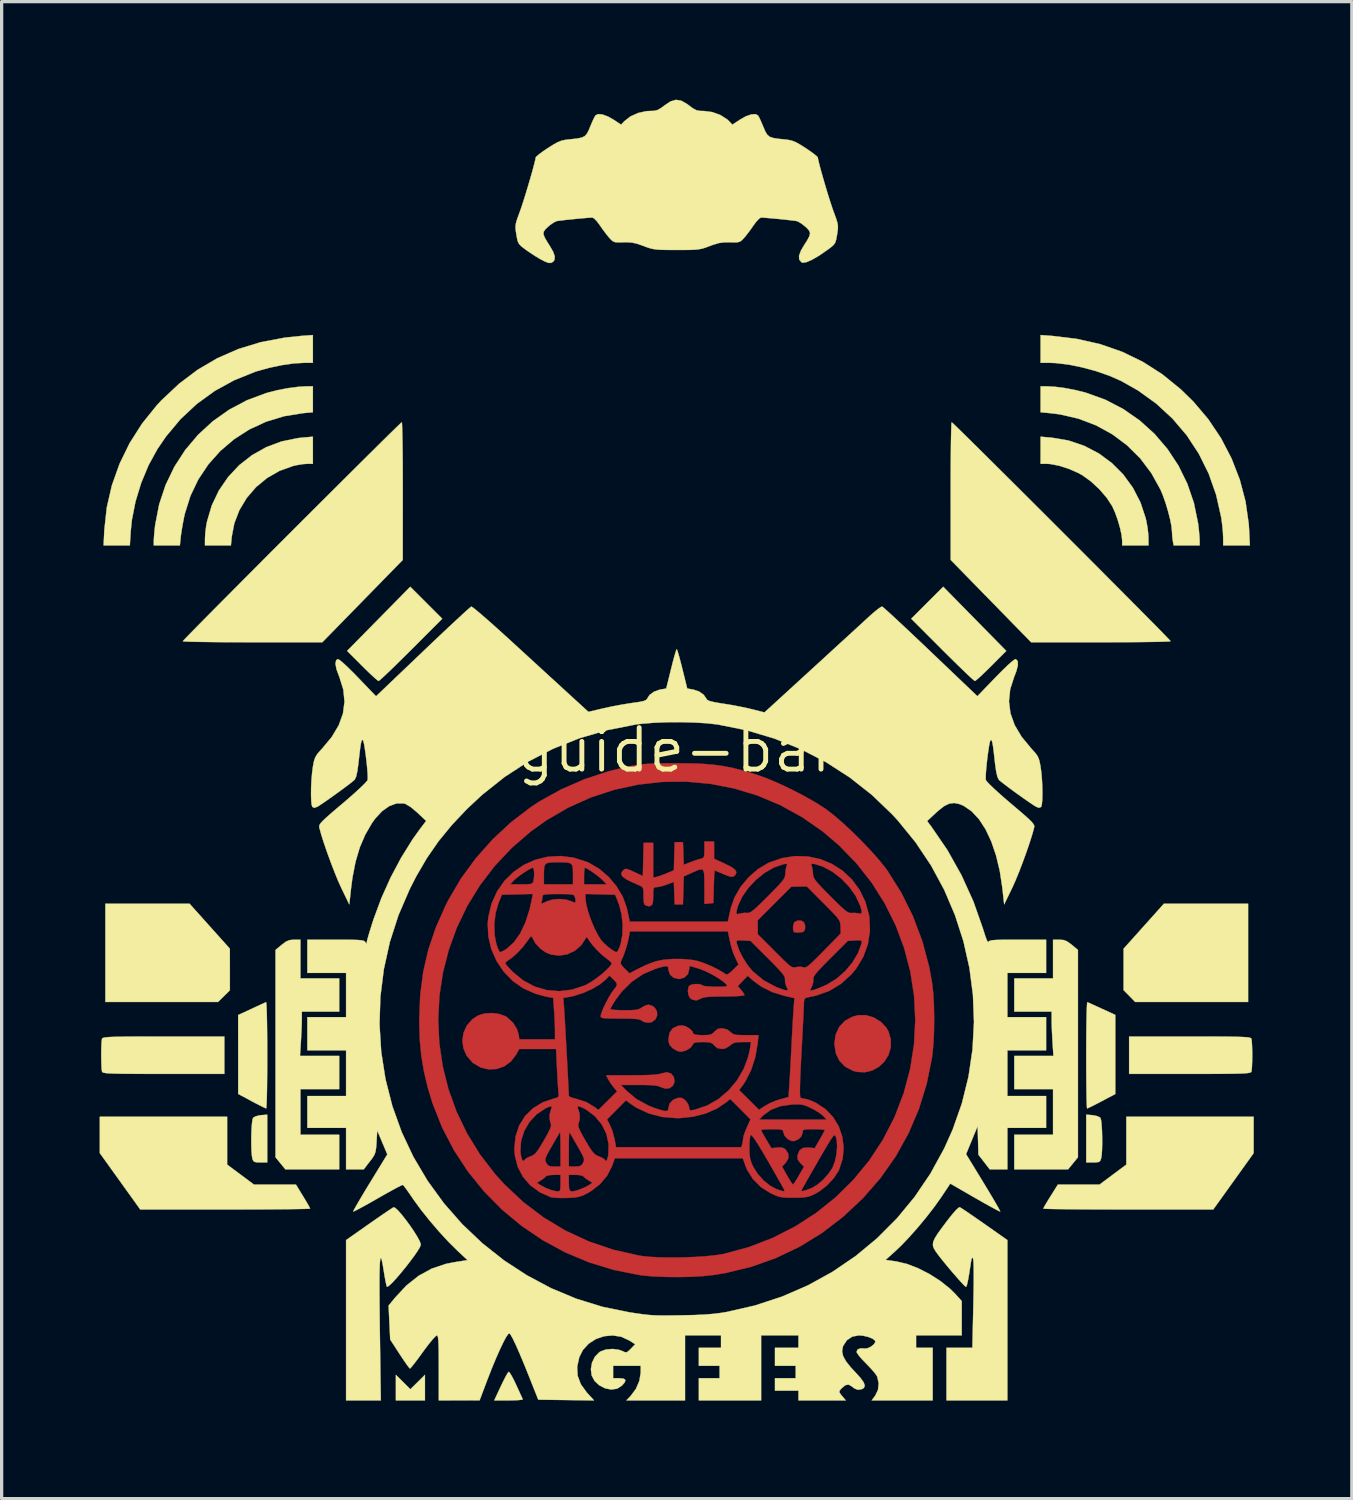
<source format=kicad_pcb>
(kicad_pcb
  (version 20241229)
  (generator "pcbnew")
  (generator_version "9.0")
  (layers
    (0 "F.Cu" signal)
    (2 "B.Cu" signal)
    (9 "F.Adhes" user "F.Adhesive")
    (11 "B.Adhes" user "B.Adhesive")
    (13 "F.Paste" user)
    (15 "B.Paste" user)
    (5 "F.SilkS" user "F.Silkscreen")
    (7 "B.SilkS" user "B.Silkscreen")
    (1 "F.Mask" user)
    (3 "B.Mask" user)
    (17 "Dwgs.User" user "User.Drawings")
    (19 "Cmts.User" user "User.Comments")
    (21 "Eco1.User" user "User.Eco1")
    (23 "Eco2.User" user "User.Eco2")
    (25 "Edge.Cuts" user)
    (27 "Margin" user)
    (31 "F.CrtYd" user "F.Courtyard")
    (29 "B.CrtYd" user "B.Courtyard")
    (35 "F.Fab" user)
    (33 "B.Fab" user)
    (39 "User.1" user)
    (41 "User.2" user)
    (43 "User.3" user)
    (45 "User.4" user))
  (footprint "guide-bar"
    (layer "F.Cu")
    (at 17.658 19.905)
    (property "Reference" "guide-bar" (at 0 0 0) (layer "F.SilkS") (effects (font (size 1.27 1.27) (thickness 0.15))))
    (attr through_hole)
    (fp_poly (pts (xy 3.816 5.22) (xy 3.893 5.268) (xy 3.926 5.353) (xy 3.929 5.448) (xy 3.908 5.53) (xy 3.85 5.567) (xy 3.766 5.579) (xy 3.658 5.58) (xy 3.59 5.565) (xy 3.586 5.562) (xy 3.559 5.487) (xy 3.561 5.38) (xy 3.589 5.283) (xy 3.607 5.258) (xy 3.703 5.212) (xy 3.816 5.22)) (stroke (width 0.01) (type solid)) (fill yes) (layer "F.Cu"))
    (fp_poly (pts (xy 6.026 8.179) (xy 6.24 8.309) (xy 6.41 8.487) (xy 6.482 8.612) (xy 6.552 8.858) (xy 6.549 9.099) (xy 6.481 9.325) (xy 6.359 9.524) (xy 6.191 9.686) (xy 5.987 9.801) (xy 5.758 9.857) (xy 5.512 9.844) (xy 5.397 9.813) (xy 5.158 9.689) (xy 4.981 9.509) (xy 4.869 9.278) (xy 4.826 9.001) (xy 4.826 8.969) (xy 4.864 8.698) (xy 4.974 8.466) (xy 5.147 8.283) (xy 5.378 8.157) (xy 5.553 8.11) (xy 5.79 8.109) (xy 6.026 8.179)) (stroke (width 0.01) (type solid)) (fill yes) (layer "F.Cu"))
    (fp_poly (pts (xy 1.144 3.059) (xy 1.144 3.323) (xy 1.482 3.479) (xy 1.674 3.576) (xy 1.787 3.66) (xy 1.827 3.737) (xy 1.798 3.811) (xy 1.757 3.853) (xy 1.707 3.876) (xy 1.633 3.869) (xy 1.514 3.827) (xy 1.436 3.794) (xy 1.303 3.738) (xy 1.205 3.698) (xy 1.163 3.683) (xy 1.155 3.723) (xy 1.147 3.83) (xy 1.14 3.99) (xy 1.134 4.18) (xy 1.122 4.678) (xy 0.984 4.691) (xy 0.847 4.704) (xy 0.847 4.173) (xy 0.846 3.937) (xy 0.839 3.778) (xy 0.816 3.684) (xy 0.769 3.646) (xy 0.689 3.656) (xy 0.569 3.704) (xy 0.462 3.752) (xy 0.215 3.863) (xy 0.203 4.291) (xy 0.191 4.72) (xy -0.064 4.72) (xy -0.088 4.031) (xy -0.298 4.111) (xy -0.44 4.157) (xy -0.566 4.186) (xy -0.614 4.191) (xy -0.671 4.196) (xy -0.703 4.224) (xy -0.716 4.294) (xy -0.72 4.425) (xy -0.72 4.462) (xy -0.725 4.62) (xy -0.744 4.712) (xy -0.78 4.755) (xy -0.787 4.758) (xy -0.848 4.778) (xy -0.861 4.779) (xy -0.902 4.765) (xy -0.942 4.754) (xy -0.983 4.729) (xy -1.006 4.666) (xy -1.015 4.547) (xy -1.016 4.464) (xy -1.018 4.316) (xy -1.031 4.229) (xy -1.064 4.18) (xy -1.128 4.145) (xy -1.154 4.134) (xy -1.394 4.028) (xy -1.56 3.941) (xy -1.658 3.867) (xy -1.697 3.8) (xy -1.681 3.732) (xy -1.629 3.667) (xy -1.587 3.637) (xy -1.532 3.634) (xy -1.445 3.662) (xy -1.303 3.726) (xy -1.301 3.728) (xy -1.037 3.852) (xy -1.013 2.836) (xy -0.72 2.836) (xy -0.72 3.904) (xy -0.603 3.875) (xy -0.494 3.84) (xy -0.352 3.787) (xy -0.287 3.76) (xy -0.088 3.674) (xy -0.076 3.244) (xy -0.064 2.815) (xy 0.191 2.815) (xy 0.203 3.161) (xy 0.215 3.508) (xy 0.414 3.429) (xy 0.557 3.377) (xy 0.688 3.336) (xy 0.73 3.326) (xy 0.795 3.306) (xy 0.83 3.269) (xy 0.844 3.192) (xy 0.847 3.053) (xy 0.847 3.047) (xy 0.847 2.794) (xy 1.143 2.794) (xy 1.144 3.059)) (stroke (width 0.01) (type solid)) (fill yes) (layer "F.Cu"))
    (fp_poly (pts (xy 0.436 0.406) (xy 0.807 0.42) (xy 1.134 0.447) (xy 1.438 0.489) (xy 1.738 0.55) (xy 2.055 0.632) (xy 2.409 0.739) (xy 2.434 0.747) (xy 2.757 0.863) (xy 3.123 1.018) (xy 3.508 1.2) (xy 3.888 1.396) (xy 4.239 1.595) (xy 4.536 1.784) (xy 4.572 1.809) (xy 4.809 1.992) (xy 5.08 2.226) (xy 5.37 2.496) (xy 5.661 2.784) (xy 5.939 3.076) (xy 6.187 3.355) (xy 6.388 3.605) (xy 6.445 3.683) (xy 6.872 4.362) (xy 7.23 5.086) (xy 7.516 5.846) (xy 7.725 6.633) (xy 7.815 7.126) (xy 7.849 7.433) (xy 7.87 7.798) (xy 7.878 8.194) (xy 7.873 8.594) (xy 7.856 8.974) (xy 7.825 9.305) (xy 7.813 9.398) (xy 7.65 10.207) (xy 7.41 10.983) (xy 7.094 11.723) (xy 6.704 12.425) (xy 6.241 13.085) (xy 5.706 13.7) (xy 5.697 13.71) (xy 5.092 14.278) (xy 4.445 14.774) (xy 3.759 15.195) (xy 3.036 15.54) (xy 2.278 15.809) (xy 1.488 16) (xy 1.103 16.063) (xy 0.798 16.095) (xy 0.438 16.115) (xy 0.05 16.123) (xy -0.342 16.119) (xy -0.71 16.104) (xy -1.03 16.076) (xy -1.13 16.063) (xy -1.921 15.906) (xy -2.683 15.673) (xy -3.411 15.368) (xy -4.101 14.994) (xy -4.748 14.556) (xy -5.347 14.059) (xy -5.894 13.505) (xy -6.385 12.899) (xy -6.814 12.245) (xy -7.178 11.547) (xy -7.471 10.809) (xy -7.619 10.32) (xy -7.736 9.828) (xy -7.815 9.357) (xy -7.862 8.874) (xy -7.879 8.348) (xy -7.879 8.255) (xy -7.879 8.238) (xy -7.299 8.238) (xy -7.266 8.956) (xy -7.162 9.669) (xy -6.986 10.373) (xy -6.738 11.06) (xy -6.418 11.726) (xy -6.025 12.365) (xy -5.559 12.971) (xy -5.277 13.283) (xy -4.698 13.827) (xy -4.072 14.301) (xy -3.403 14.703) (xy -2.693 15.032) (xy -1.946 15.286) (xy -1.164 15.463) (xy -1.101 15.474) (xy -0.859 15.502) (xy -0.555 15.519) (xy -0.209 15.525) (xy 0.158 15.522) (xy 0.526 15.509) (xy 0.873 15.487) (xy 1.18 15.456) (xy 1.426 15.418) (xy 1.447 15.413) (xy 2.207 15.207) (xy 2.933 14.927) (xy 3.621 14.577) (xy 4.266 14.161) (xy 4.862 13.684) (xy 5.404 13.149) (xy 5.888 12.561) (xy 6.308 11.923) (xy 6.66 11.24) (xy 6.669 11.218) (xy 6.947 10.491) (xy 7.144 9.75) (xy 7.261 9.003) (xy 7.3 8.255) (xy 7.262 7.511) (xy 7.148 6.777) (xy 6.96 6.059) (xy 6.7 5.363) (xy 6.369 4.695) (xy 5.968 4.059) (xy 5.499 3.462) (xy 4.963 2.91) (xy 4.467 2.488) (xy 3.831 2.046) (xy 3.163 1.679) (xy 2.468 1.387) (xy 1.752 1.17) (xy 1.022 1.029) (xy 0.283 0.963) (xy -0.458 0.972) (xy -1.195 1.056) (xy -1.923 1.215) (xy -2.634 1.449) (xy -3.324 1.759) (xy -3.985 2.144) (xy -4.467 2.488) (xy -5.055 2.996) (xy -5.575 3.55) (xy -6.028 4.144) (xy -6.413 4.772) (xy -6.729 5.43) (xy -6.976 6.111) (xy -7.154 6.809) (xy -7.262 7.52) (xy -7.299 8.238) (xy -7.879 8.238) (xy -7.85 7.498) (xy -7.758 6.786) (xy -7.6 6.102) (xy -7.372 5.428) (xy -7.07 4.748) (xy -6.982 4.576) (xy -6.602 3.929) (xy -6.149 3.31) (xy -5.635 2.732) (xy -5.07 2.206) (xy -4.465 1.743) (xy -4.189 1.562) (xy -3.527 1.196) (xy -2.815 0.887) (xy -2.069 0.642) (xy -1.482 0.501) (xy -1.311 0.468) (xy -1.154 0.443) (xy -0.995 0.426) (xy -0.816 0.414) (xy -0.603 0.407) (xy -0.337 0.403) (xy -0.003 0.402) (xy 0 0.402) (xy 0.436 0.406)) (stroke (width 0.01) (type solid)) (fill yes) (layer "F.Cu"))
    (fp_poly (pts (xy -3.151 3.29) (xy -2.749 3.419) (xy -2.682 3.449) (xy -2.368 3.634) (xy -2.083 3.879) (xy -1.839 4.169) (xy -1.651 4.485) (xy -1.533 4.812) (xy -1.528 4.832) (xy -1.496 4.976) (xy -1.468 5.106) (xy -1.462 5.133) (xy -1.438 5.249) (xy 1.565 5.249) (xy 1.574 5.206) (xy 2.477 5.206) (xy 2.479 5.42) (xy 2.481 5.633) (xy 3.004 6.157) (xy 3.194 6.347) (xy 3.334 6.483) (xy 3.436 6.574) (xy 3.508 6.627) (xy 3.561 6.65) (xy 3.605 6.65) (xy 3.633 6.641) (xy 3.785 6.625) (xy 3.854 6.64) (xy 3.898 6.651) (xy 3.943 6.646) (xy 3.999 6.617) (xy 4.075 6.557) (xy 4.182 6.457) (xy 4.33 6.311) (xy 4.494 6.145) (xy 5.019 5.609) (xy 5.013 5.404) (xy 5.009 5.327) (xy 4.996 5.263) (xy 4.967 5.198) (xy 4.913 5.122) (xy 4.825 5.022) (xy 4.695 4.887) (xy 4.514 4.705) (xy 4.493 4.684) (xy 3.981 4.17) (xy 3.744 4.173) (xy 3.508 4.177) (xy 2.992 4.691) (xy 2.477 5.206) (xy 1.574 5.206) (xy 1.589 5.133) (xy 1.614 5.016) (xy 1.62 4.99) (xy 1.823 4.99) (xy 1.846 5.018) (xy 1.925 5.002) (xy 1.936 4.999) (xy 2.063 4.978) (xy 2.163 4.981) (xy 2.21 4.978) (xy 2.271 4.95) (xy 2.354 4.889) (xy 2.469 4.786) (xy 2.625 4.636) (xy 2.793 4.469) (xy 2.984 4.275) (xy 3.123 4.13) (xy 3.218 4.022) (xy 3.277 3.941) (xy 3.309 3.876) (xy 3.322 3.815) (xy 3.324 3.779) (xy 3.336 3.651) (xy 3.36 3.549) (xy 3.364 3.541) (xy 3.379 3.49) (xy 4.112 3.49) (xy 4.129 3.539) (xy 4.154 3.635) (xy 4.168 3.763) (xy 4.169 3.779) (xy 4.174 3.841) (xy 4.194 3.902) (xy 4.237 3.973) (xy 4.31 4.064) (xy 4.423 4.186) (xy 4.583 4.351) (xy 4.7 4.469) (xy 4.896 4.664) (xy 5.044 4.806) (xy 5.153 4.901) (xy 5.231 4.956) (xy 5.29 4.981) (xy 5.334 4.982) (xy 5.462 4.98) (xy 5.546 4.993) (xy 5.627 5.005) (xy 5.662 4.976) (xy 5.655 4.893) (xy 5.613 4.756) (xy 5.477 4.462) (xy 5.278 4.182) (xy 5.034 3.928) (xy 4.76 3.717) (xy 4.471 3.562) (xy 4.227 3.485) (xy 4.138 3.472) (xy 4.112 3.49) (xy 3.379 3.49) (xy 3.379 3.49) (xy 3.347 3.477) (xy 3.255 3.493) (xy 2.974 3.59) (xy 2.693 3.752) (xy 2.427 3.965) (xy 2.193 4.214) (xy 2.003 4.484) (xy 1.875 4.76) (xy 1.837 4.899) (xy 1.823 4.99) (xy 1.62 4.99) (xy 1.647 4.87) (xy 1.655 4.832) (xy 1.769 4.504) (xy 1.953 4.187) (xy 2.194 3.895) (xy 2.478 3.646) (xy 2.792 3.457) (xy 2.81 3.448) (xy 3.213 3.305) (xy 3.617 3.241) (xy 4.013 3.253) (xy 4.394 3.334) (xy 4.751 3.482) (xy 5.076 3.69) (xy 5.36 3.956) (xy 5.594 4.274) (xy 5.772 4.639) (xy 5.883 5.047) (xy 5.894 5.116) (xy 5.912 5.529) (xy 5.85 5.935) (xy 5.71 6.322) (xy 5.496 6.679) (xy 5.343 6.863) (xy 5.022 7.153) (xy 4.664 7.369) (xy 4.262 7.511) (xy 4.053 7.555) (xy 3.953 7.577) (xy 3.907 7.617) (xy 3.893 7.703) (xy 3.892 7.76) (xy 3.889 7.845) (xy 3.882 8.004) (xy 3.871 8.223) (xy 3.857 8.491) (xy 3.841 8.796) (xy 3.824 9.125) (xy 3.816 9.271) (xy 3.794 9.692) (xy 3.779 10.031) (xy 3.771 10.292) (xy 3.769 10.478) (xy 3.775 10.591) (xy 3.787 10.636) (xy 3.864 10.662) (xy 3.92 10.667) (xy 4.002 10.686) (xy 4.13 10.734) (xy 4.268 10.798) (xy 4.554 10.986) (xy 4.785 11.228) (xy 4.957 11.513) (xy 5.066 11.828) (xy 5.108 12.16) (xy 5.079 12.496) (xy 4.974 12.823) (xy 4.944 12.886) (xy 4.797 13.108) (xy 4.596 13.321) (xy 4.367 13.5) (xy 4.245 13.571) (xy 4.122 13.629) (xy 4.015 13.665) (xy 3.896 13.685) (xy 3.74 13.693) (xy 3.577 13.695) (xy 3.375 13.693) (xy 3.23 13.683) (xy 3.114 13.659) (xy 3 13.617) (xy 2.87 13.556) (xy 2.575 13.368) (xy 2.333 13.127) (xy 2.156 12.845) (xy 2.112 12.739) (xy 2.021 12.488) (xy -1.894 12.488) (xy -1.985 12.739) (xy -2.131 13.022) (xy -2.346 13.278) (xy -2.617 13.489) (xy -2.717 13.548) (xy -2.859 13.619) (xy -2.98 13.663) (xy -3.11 13.688) (xy -3.282 13.699) (xy -3.365 13.702) (xy -3.55 13.704) (xy -3.712 13.697) (xy -3.827 13.685) (xy -3.852 13.679) (xy -4.194 13.526) (xy -4.481 13.315) (xy -4.547 13.239) (xy -4.279 13.239) (xy -4.167 13.312) (xy -4.016 13.393) (xy -3.844 13.46) (xy -3.691 13.498) (xy -3.651 13.501) (xy -3.598 13.496) (xy -3.57 13.464) (xy -3.558 13.384) (xy -3.556 13.25) (xy -3.556 12.996) (xy -3.302 12.996) (xy -3.302 13.25) (xy -3.296 13.399) (xy -3.269 13.481) (xy -3.205 13.506) (xy -3.088 13.483) (xy -2.972 13.444) (xy -2.833 13.387) (xy -2.709 13.323) (xy -2.69 13.311) (xy -2.579 13.239) (xy -2.703 13.163) (xy -2.796 13.099) (xy -2.854 13.045) (xy -2.855 13.042) (xy -2.911 13.016) (xy -3.021 12.999) (xy -3.093 12.996) (xy -3.302 12.996) (xy -3.556 12.996) (xy -3.765 12.996) (xy -3.892 13.005) (xy -3.981 13.027) (xy -4.003 13.042) (xy -4.056 13.094) (xy -4.148 13.159) (xy -4.155 13.163) (xy -4.279 13.239) (xy -4.547 13.239) (xy -4.707 13.053) (xy -4.866 12.748) (xy -4.953 12.407) (xy -4.963 12.266) (xy -4.785 12.266) (xy -4.766 12.421) (xy -4.734 12.528) (xy -4.694 12.574) (xy -4.667 12.555) (xy -4.021 12.555) (xy -4.005 12.607) (xy -3.993 12.63) (xy -3.942 12.702) (xy -3.87 12.735) (xy -3.745 12.742) (xy -3.556 12.742) (xy -3.556 12.206) (xy -3.302 12.206) (xy -3.302 12.742) (xy -3.113 12.742) (xy -2.988 12.735) (xy -2.915 12.702) (xy -2.865 12.63) (xy -2.841 12.576) (xy -2.837 12.521) (xy -2.857 12.45) (xy -2.907 12.345) (xy -2.993 12.191) (xy -3.039 12.111) (xy -3.134 11.946) (xy -3.213 11.81) (xy -3.267 11.718) (xy -3.287 11.688) (xy -3.292 11.72) (xy -3.297 11.823) (xy -3.301 11.979) (xy -3.302 12.174) (xy -3.302 12.206) (xy -3.556 12.206) (xy -3.557 12.006) (xy -3.56 11.843) (xy -3.565 11.732) (xy -3.57 11.687) (xy -3.571 11.688) (xy -3.597 11.729) (xy -3.656 11.829) (xy -3.739 11.971) (xy -3.819 12.111) (xy -3.921 12.29) (xy -3.985 12.413) (xy -4.016 12.496) (xy -4.021 12.555) (xy -4.667 12.555) (xy -4.657 12.548) (xy -4.649 12.529) (xy -4.603 12.489) (xy -4.506 12.442) (xy -4.475 12.43) (xy -4.4 12.398) (xy -4.335 12.349) (xy -4.266 12.268) (xy -4.183 12.142) (xy -4.073 11.957) (xy -4.063 11.94) (xy -3.952 11.743) (xy -3.883 11.603) (xy -3.849 11.51) (xy -3.846 11.448) (xy -3.853 11.428) (xy -3.889 11.297) (xy -3.888 11.139) (xy -3.851 11.004) (xy -3.849 11) (xy -3.827 10.944) (xy -3.034 10.944) (xy -3.009 11) (xy -2.97 11.135) (xy -2.969 11.294) (xy -3.005 11.428) (xy -3.005 11.43) (xy -3.016 11.479) (xy -2.999 11.554) (xy -2.949 11.666) (xy -2.861 11.829) (xy -2.796 11.942) (xy -2.683 12.132) (xy -2.598 12.261) (xy -2.528 12.344) (xy -2.463 12.395) (xy -2.389 12.428) (xy -2.384 12.43) (xy -2.279 12.475) (xy -2.215 12.519) (xy -2.209 12.529) (xy -2.176 12.575) (xy -2.139 12.547) (xy -2.106 12.451) (xy -2.093 12.379) (xy -2.087 12.162) (xy 2.223 12.162) (xy 2.227 12.357) (xy 2.247 12.502) (xy 2.287 12.632) (xy 2.341 12.751) (xy 2.476 12.964) (xy 2.655 13.164) (xy 2.856 13.327) (xy 3.055 13.433) (xy 3.06 13.434) (xy 3.198 13.481) (xy 3.273 13.498) (xy 3.298 13.488) (xy 3.298 13.486) (xy 3.81 13.486) (xy 3.846 13.494) (xy 3.949 13.467) (xy 4.109 13.408) (xy 4.136 13.397) (xy 4.295 13.303) (xy 4.468 13.156) (xy 4.628 12.981) (xy 4.754 12.801) (xy 4.773 12.765) (xy 4.842 12.581) (xy 4.888 12.362) (xy 4.908 12.138) (xy 4.897 11.941) (xy 4.871 11.836) (xy 4.855 11.8) (xy 4.836 11.783) (xy 4.809 11.792) (xy 4.769 11.836) (xy 4.711 11.921) (xy 4.628 12.055) (xy 4.515 12.246) (xy 4.367 12.5) (xy 4.317 12.588) (xy 4.175 12.834) (xy 4.048 13.055) (xy 3.943 13.241) (xy 3.865 13.381) (xy 3.819 13.466) (xy 3.81 13.486) (xy 3.298 13.486) (xy 3.295 13.464) (xy 3.271 13.417) (xy 3.21 13.307) (xy 3.119 13.146) (xy 3.005 12.945) (xy 2.872 12.713) (xy 2.794 12.577) (xy 2.613 12.268) (xy 2.469 12.032) (xy 2.363 11.872) (xy 2.294 11.787) (xy 2.265 11.773) (xy 2.245 11.833) (xy 2.23 11.954) (xy 2.223 12.113) (xy 2.223 12.162) (xy -2.087 12.162) (xy -2.084 12.052) (xy -2.154 11.738) (xy -2.296 11.45) (xy -2.419 11.303) (xy -2.135 11.303) (xy -2.068 11.419) (xy -1.975 11.63) (xy -1.903 11.898) (xy -1.885 11.991) (xy -1.859 12.15) (xy 1.98 12.15) (xy 2.005 12.054) (xy 2.027 11.941) (xy 2.031 11.88) (xy 2.048 11.801) (xy 2.092 11.675) (xy 2.114 11.623) (xy 2.582 11.623) (xy 2.602 11.669) (xy 2.655 11.767) (xy 2.73 11.897) (xy 2.74 11.913) (xy 2.897 12.18) (xy 3.073 12.16) (xy 3.206 12.157) (xy 3.296 12.192) (xy 3.339 12.229) (xy 3.416 12.357) (xy 3.414 12.497) (xy 3.332 12.631) (xy 3.325 12.638) (xy 3.222 12.742) (xy 3.378 13.017) (xy 3.456 13.149) (xy 3.519 13.247) (xy 3.555 13.291) (xy 3.558 13.292) (xy 3.588 13.259) (xy 3.648 13.169) (xy 3.725 13.042) (xy 3.737 13.019) (xy 3.895 12.746) (xy 3.784 12.636) (xy 3.709 12.541) (xy 3.692 12.446) (xy 3.7 12.39) (xy 3.755 12.25) (xy 3.857 12.174) (xy 4.015 12.159) (xy 4.048 12.162) (xy 4.222 12.18) (xy 4.376 11.913) (xy 4.451 11.78) (xy 4.506 11.677) (xy 4.529 11.624) (xy 4.53 11.622) (xy 4.491 11.612) (xy 4.387 11.604) (xy 4.239 11.6) (xy 4.191 11.599) (xy 4.023 11.601) (xy 3.922 11.608) (xy 3.872 11.626) (xy 3.854 11.661) (xy 3.852 11.702) (xy 3.815 11.814) (xy 3.722 11.908) (xy 3.602 11.96) (xy 3.515 11.96) (xy 3.393 11.899) (xy 3.299 11.797) (xy 3.26 11.683) (xy 3.26 11.679) (xy 3.251 11.639) (xy 3.215 11.615) (xy 3.134 11.603) (xy 2.992 11.6) (xy 2.921 11.599) (xy 2.764 11.602) (xy 2.645 11.609) (xy 2.586 11.62) (xy 2.582 11.623) (xy 2.114 11.623) (xy 2.145 11.549) (xy 2.255 11.303) (xy 2.525 11.303) (xy 4.587 11.303) (xy 4.486 11.195) (xy 4.395 11.121) (xy 4.258 11.032) (xy 4.119 10.957) (xy 3.979 10.892) (xy 3.867 10.855) (xy 3.751 10.839) (xy 3.597 10.841) (xy 3.503 10.845) (xy 3.167 10.895) (xy 2.879 11.006) (xy 2.648 11.174) (xy 2.619 11.203) (xy 2.525 11.303) (xy 2.255 11.303) (xy 2.258 11.298) (xy 1.947 10.985) (xy 1.637 10.673) (xy 1.51 10.779) (xy 1.224 10.971) (xy 0.88 11.119) (xy 0.497 11.217) (xy 0.094 11.259) (xy 0.013 11.261) (xy -0.442 11.224) (xy -0.864 11.114) (xy -1.245 10.934) (xy -1.422 10.814) (xy -1.553 10.716) (xy -1.844 11.009) (xy -2.135 11.303) (xy -2.419 11.303) (xy -2.504 11.2) (xy -2.77 11) (xy -2.839 10.963) (xy -2.966 10.906) (xy -3.03 10.899) (xy -3.034 10.944) (xy -3.827 10.944) (xy -3.819 10.922) (xy -3.844 10.896) (xy -3.931 10.921) (xy -4.019 10.963) (xy -4.289 11.144) (xy -4.508 11.38) (xy -4.668 11.655) (xy -4.763 11.955) (xy -4.785 12.266) (xy -4.963 12.266) (xy -4.968 12.192) (xy -4.932 11.822) (xy -4.822 11.489) (xy -4.643 11.2) (xy -4.401 10.96) (xy -4.1 10.777) (xy -3.746 10.656) (xy -3.714 10.649) (xy -3.639 10.624) (xy -3.611 10.576) (xy -3.617 10.475) (xy -3.618 10.466) (xy -3.628 10.365) (xy -3.639 10.201) (xy -3.652 9.994) (xy -3.663 9.767) (xy -3.665 9.726) (xy -3.692 9.144) (xy -4.82 9.144) (xy -4.918 9.322) (xy -5.077 9.53) (xy -5.281 9.676) (xy -5.513 9.756) (xy -5.758 9.768) (xy -6 9.709) (xy -6.225 9.577) (xy -6.254 9.553) (xy -6.426 9.352) (xy -6.527 9.123) (xy -6.559 8.883) (xy -6.523 8.645) (xy -6.422 8.425) (xy -6.257 8.237) (xy -6.084 8.122) (xy -5.889 8.06) (xy -5.662 8.044) (xy -5.435 8.072) (xy -5.24 8.142) (xy -5.199 8.168) (xy -5.015 8.334) (xy -4.888 8.535) (xy -4.84 8.694) (xy -4.815 8.848) (xy -3.725 8.848) (xy -3.725 8.6) (xy -3.729 8.439) (xy -3.737 8.232) (xy -3.749 8.018) (xy -3.753 7.966) (xy -3.78 7.582) (xy -3.472 7.582) (xy -3.449 7.865) (xy -3.443 7.96) (xy -3.433 8.122) (xy -3.42 8.337) (xy -3.406 8.593) (xy -3.39 8.876) (xy -3.374 9.175) (xy -3.357 9.475) (xy -3.342 9.764) (xy -3.328 10.028) (xy -3.317 10.256) (xy -3.308 10.433) (xy -3.303 10.547) (xy -3.302 10.581) (xy -3.264 10.61) (xy -3.168 10.645) (xy -3.088 10.664) (xy -2.759 10.772) (xy -2.5 10.93) (xy -2.397 11.01) (xy -2.111 10.726) (xy -1.825 10.442) (xy -1.93 10.317) (xy -2.02 10.197) (xy -2.095 10.077) (xy -2.098 10.07) (xy -2.161 9.948) (xy -1.382 9.948) (xy -1.064 9.946) (xy -0.82 9.939) (xy -0.642 9.926) (xy -0.52 9.908) (xy -0.46 9.89) (xy -0.3 9.856) (xy -0.173 9.894) (xy -0.089 10) (xy -0.085 10.011) (xy -0.067 10.152) (xy -0.115 10.266) (xy -0.211 10.34) (xy -0.34 10.359) (xy -0.477 10.315) (xy -0.549 10.284) (xy -0.649 10.263) (xy -0.793 10.251) (xy -0.997 10.245) (xy -1.155 10.245) (xy -1.711 10.245) (xy -1.543 10.416) (xy -1.23 10.678) (xy -0.855 10.881) (xy -0.689 10.946) (xy -0.497 11.01) (xy -0.37 11.041) (xy -0.295 11.039) (xy -0.261 11.003) (xy -0.254 10.948) (xy -0.215 10.811) (xy -0.112 10.701) (xy 0.029 10.642) (xy 0.14 10.638) (xy 0.23 10.686) (xy 0.272 10.725) (xy 0.346 10.826) (xy 0.381 10.928) (xy 0.381 10.937) (xy 0.386 11) (xy 0.418 11.023) (xy 0.498 11.013) (xy 0.56 11) (xy 0.931 10.874) (xy 1.275 10.677) (xy 1.582 10.417) (xy 1.844 10.105) (xy 2.05 9.753) (xy 2.192 9.369) (xy 2.239 9.149) (xy 2.273 8.932) (xy 2.006 8.932) (xy 1.849 8.937) (xy 1.748 8.958) (xy 1.672 9.003) (xy 1.634 9.038) (xy 1.493 9.127) (xy 1.381 9.144) (xy 1.244 9.118) (xy 1.151 9.038) (xy 1.095 8.98) (xy 1.027 8.948) (xy 0.92 8.935) (xy 0.791 8.932) (xy 0.638 8.936) (xy 0.55 8.95) (xy 0.505 8.98) (xy 0.487 9.017) (xy 0.422 9.106) (xy 0.304 9.18) (xy 0.166 9.224) (xy 0.111 9.229) (xy 0.011 9.202) (xy -0.102 9.136) (xy -0.124 9.119) (xy -0.213 9.027) (xy -0.248 8.925) (xy -0.253 8.833) (xy -0.218 8.644) (xy -0.121 8.512) (xy 0.035 8.438) (xy 0.168 8.424) (xy 0.278 8.451) (xy 0.39 8.517) (xy 0.477 8.601) (xy 0.508 8.676) (xy 0.548 8.701) (xy 0.656 8.716) (xy 0.788 8.721) (xy 0.944 8.717) (xy 1.041 8.701) (xy 1.105 8.665) (xy 1.151 8.615) (xy 1.253 8.531) (xy 1.381 8.509) (xy 1.542 8.546) (xy 1.634 8.615) (xy 1.692 8.666) (xy 1.755 8.697) (xy 1.846 8.714) (xy 1.985 8.72) (xy 2.121 8.721) (xy 2.502 8.721) (xy 2.475 8.985) (xy 2.403 9.398) (xy 2.276 9.787) (xy 2.103 10.132) (xy 2.009 10.27) (xy 1.911 10.401) (xy 2.519 11.005) (xy 2.706 10.882) (xy 2.854 10.801) (xy 3.036 10.725) (xy 3.157 10.687) (xy 3.421 10.615) (xy 3.446 10.25) (xy 3.456 10.091) (xy 3.469 9.868) (xy 3.484 9.601) (xy 3.499 9.312) (xy 3.514 9.02) (xy 3.514 9.017) (xy 3.528 8.733) (xy 3.543 8.458) (xy 3.557 8.212) (xy 3.569 8.011) (xy 3.579 7.875) (xy 3.579 7.868) (xy 3.602 7.588) (xy 3.304 7.52) (xy 2.931 7.405) (xy 2.851 7.366) (xy 4.07 7.366) (xy 4.184 7.34) (xy 4.277 7.309) (xy 4.417 7.253) (xy 4.577 7.182) (xy 4.596 7.173) (xy 4.884 6.999) (xy 5.148 6.769) (xy 5.375 6.5) (xy 5.549 6.209) (xy 5.653 5.922) (xy 5.664 5.858) (xy 5.646 5.826) (xy 5.579 5.818) (xy 5.458 5.823) (xy 5.237 5.835) (xy 4.699 6.371) (xy 4.501 6.57) (xy 4.358 6.721) (xy 4.262 6.832) (xy 4.205 6.911) (xy 4.181 6.969) (xy 4.181 7.007) (xy 4.175 7.114) (xy 4.136 7.234) (xy 4.135 7.236) (xy 4.07 7.366) (xy 2.851 7.366) (xy 2.598 7.241) (xy 2.352 7.063) (xy 2.172 6.905) (xy 1.868 7.218) (xy 1.971 7.337) (xy 2.039 7.425) (xy 2.073 7.488) (xy 2.074 7.495) (xy 2.034 7.51) (xy 1.921 7.523) (xy 1.748 7.532) (xy 1.526 7.536) (xy 1.45 7.537) (xy 1.187 7.539) (xy 0.996 7.547) (xy 0.866 7.56) (xy 0.783 7.58) (xy 0.743 7.6) (xy 0.609 7.658) (xy 0.476 7.634) (xy 0.416 7.592) (xy 0.36 7.496) (xy 0.34 7.37) (xy 0.36 7.252) (xy 0.389 7.205) (xy 0.463 7.172) (xy 0.575 7.156) (xy 0.689 7.16) (xy 0.769 7.184) (xy 0.783 7.197) (xy 0.834 7.215) (xy 0.95 7.23) (xy 1.109 7.238) (xy 1.193 7.239) (xy 1.373 7.238) (xy 1.481 7.232) (xy 1.532 7.22) (xy 1.538 7.197) (xy 1.519 7.168) (xy 1.416 7.075) (xy 1.258 6.966) (xy 1.069 6.857) (xy 0.873 6.76) (xy 0.694 6.691) (xy 0.687 6.688) (xy 0.547 6.646) (xy 0.443 6.615) (xy 0.398 6.604) (xy 0.385 6.64) (xy 0.381 6.705) (xy 0.343 6.85) (xy 0.242 6.954) (xy 0.094 7.001) (xy 0.064 7.002) (xy -0.091 6.967) (xy -0.202 6.872) (xy -0.253 6.733) (xy -0.254 6.705) (xy -0.262 6.644) (xy -0.294 6.613) (xy -0.367 6.613) (xy -0.493 6.643) (xy -0.641 6.687) (xy -1.024 6.849) (xy -1.374 7.085) (xy -1.682 7.388) (xy -1.868 7.637) (xy -1.949 7.766) (xy -2.008 7.868) (xy -2.032 7.922) (xy -2.032 7.923) (xy -1.993 7.938) (xy -1.886 7.95) (xy -1.731 7.957) (xy -1.605 7.959) (xy -1.401 7.956) (xy -1.261 7.947) (xy -1.167 7.928) (xy -1.099 7.895) (xy -1.07 7.874) (xy -0.962 7.813) (xy -0.862 7.789) (xy -0.757 7.819) (xy -0.677 7.874) (xy -0.604 7.996) (xy -0.6 8.127) (xy -0.655 8.242) (xy -0.761 8.32) (xy -0.867 8.34) (xy -0.985 8.322) (xy -1.072 8.278) (xy -1.073 8.276) (xy -1.117 8.25) (xy -1.195 8.231) (xy -1.321 8.22) (xy -1.506 8.214) (xy -1.733 8.213) (xy -1.969 8.212) (xy -2.133 8.208) (xy -2.238 8.2) (xy -2.298 8.186) (xy -2.323 8.164) (xy -2.328 8.137) (xy -2.308 8.05) (xy -2.254 7.914) (xy -2.178 7.751) (xy -2.091 7.586) (xy -2.004 7.439) (xy -1.933 7.339) (xy -1.851 7.233) (xy -1.829 7.16) (xy -1.866 7.089) (xy -1.94 7.014) (xy -2.059 6.899) (xy -2.159 7.007) (xy -2.343 7.161) (xy -2.586 7.306) (xy -2.864 7.43) (xy -3.151 7.522) (xy -3.313 7.556) (xy -3.472 7.582) (xy -3.78 7.582) (xy -3.78 7.579) (xy -3.933 7.554) (xy -4.059 7.526) (xy -4.222 7.482) (xy -4.334 7.448) (xy -4.697 7.288) (xy -5.019 7.062) (xy -5.293 6.779) (xy -5.468 6.518) (xy -5.249 6.518) (xy -5.221 6.562) (xy -5.147 6.649) (xy -5.041 6.76) (xy -5.012 6.79) (xy -4.698 7.047) (xy -4.35 7.232) (xy -3.979 7.342) (xy -3.595 7.375) (xy -3.208 7.33) (xy -2.83 7.205) (xy -2.759 7.173) (xy -2.613 7.089) (xy -2.453 6.978) (xy -2.295 6.855) (xy -2.156 6.732) (xy -2.05 6.623) (xy -1.994 6.541) (xy -1.99 6.52) (xy -2.016 6.485) (xy -1.715 6.485) (xy -1.712 6.543) (xy -1.663 6.61) (xy -1.595 6.68) (xy -1.445 6.829) (xy -1.157 6.678) (xy -0.973 6.59) (xy -0.777 6.509) (xy -0.622 6.456) (xy -0.393 6.411) (xy -0.115 6.39) (xy 0.178 6.391) (xy 0.455 6.416) (xy 0.646 6.453) (xy 0.838 6.517) (xy 1.053 6.606) (xy 1.259 6.708) (xy 1.425 6.805) (xy 1.46 6.831) (xy 1.513 6.863) (xy 1.563 6.858) (xy 1.631 6.808) (xy 1.718 6.727) (xy 1.891 6.558) (xy 1.795 6.358) (xy 1.74 6.232) (xy 1.693 6.097) (xy 1.648 5.929) (xy 1.633 5.861) (xy 1.829 5.861) (xy 1.84 5.922) (xy 1.909 6.119) (xy 2.021 6.343) (xy 2.16 6.563) (xy 2.306 6.746) (xy 2.332 6.773) (xy 2.663 7.046) (xy 3.035 7.245) (xy 3.153 7.29) (xy 3.299 7.339) (xy 3.377 7.357) (xy 3.4 7.34) (xy 3.382 7.286) (xy 3.358 7.236) (xy 3.318 7.117) (xy 3.312 7.008) (xy 3.312 7.007) (xy 3.31 6.961) (xy 3.281 6.9) (xy 3.218 6.816) (xy 3.115 6.699) (xy 2.963 6.541) (xy 2.794 6.371) (xy 2.256 5.835) (xy 2.035 5.823) (xy 1.907 5.818) (xy 1.844 5.827) (xy 1.829 5.861) (xy 1.633 5.861) (xy 1.598 5.705) (xy 1.589 5.662) (xy 1.565 5.546) (xy -1.435 5.546) (xy -1.462 5.704) (xy -1.504 5.897) (xy -1.567 6.11) (xy -1.636 6.306) (xy -1.682 6.409) (xy -1.715 6.485) (xy -2.016 6.485) (xy -2.022 6.477) (xy -2.105 6.405) (xy -2.182 6.349) (xy -2.306 6.247) (xy -2.446 6.109) (xy -2.58 5.959) (xy -2.684 5.821) (xy -2.727 5.748) (xy -2.755 5.717) (xy -2.776 5.745) (xy -2.924 5.971) (xy -3.121 6.14) (xy -3.351 6.247) (xy -3.599 6.286) (xy -3.85 6.253) (xy -4.009 6.189) (xy -4.18 6.068) (xy -4.327 5.906) (xy -4.419 5.739) (xy -4.442 5.698) (xy -4.475 5.711) (xy -4.532 5.784) (xy -4.558 5.824) (xy -4.71 6.025) (xy -4.885 6.213) (xy -5.056 6.361) (xy -5.112 6.398) (xy -5.2 6.462) (xy -5.247 6.511) (xy -5.249 6.518) (xy -5.468 6.518) (xy -5.513 6.451) (xy -5.673 6.088) (xy -5.765 5.701) (xy -5.783 5.322) (xy -5.583 5.322) (xy -5.571 5.664) (xy -5.525 5.909) (xy -5.481 6.046) (xy -5.437 6.144) (xy -5.403 6.181) (xy -5.34 6.158) (xy -5.24 6.103) (xy -5.201 6.077) (xy -4.982 5.88) (xy -4.79 5.608) (xy -4.628 5.267) (xy -4.499 4.863) (xy -4.46 4.682) (xy -4.146 4.682) (xy -4.125 4.693) (xy -4.054 4.665) (xy -3.975 4.626) (xy -3.804 4.573) (xy -3.596 4.555) (xy -3.389 4.573) (xy -3.228 4.623) (xy -3.135 4.662) (xy -3.095 4.647) (xy -3.099 4.569) (xy -3.112 4.519) (xy -2.794 4.519) (xy -2.772 4.705) (xy -2.713 4.938) (xy -2.626 5.193) (xy -2.52 5.445) (xy -2.404 5.671) (xy -2.313 5.812) (xy -2.227 5.908) (xy -2.113 6.01) (xy -1.994 6.101) (xy -1.892 6.164) (xy -1.84 6.181) (xy -1.803 6.143) (xy -1.756 6.046) (xy -1.716 5.931) (xy -1.664 5.655) (xy -1.655 5.341) (xy -1.688 5.023) (xy -1.761 4.734) (xy -1.782 4.678) (xy -1.884 4.424) (xy -2.794 4.4) (xy -2.794 4.519) (xy -3.112 4.519) (xy -3.117 4.498) (xy -3.132 4.457) (xy -3.161 4.43) (xy -3.22 4.414) (xy -3.324 4.406) (xy -3.487 4.403) (xy -3.624 4.403) (xy -3.833 4.404) (xy -3.971 4.408) (xy -4.052 4.419) (xy -4.093 4.438) (xy -4.106 4.468) (xy -4.106 4.484) (xy -4.12 4.59) (xy -4.132 4.632) (xy -4.146 4.682) (xy -4.46 4.682) (xy -4.429 4.539) (xy -4.404 4.4) (xy -4.877 4.412) (xy -5.35 4.424) (xy -5.454 4.678) (xy -5.543 4.982) (xy -5.583 5.322) (xy -5.783 5.322) (xy -5.784 5.3) (xy -5.765 5.107) (xy -5.666 4.695) (xy -5.499 4.325) (xy -5.346 4.106) (xy -5.095 4.106) (xy -4.754 4.106) (xy -4.584 4.105) (xy -4.48 4.096) (xy -4.423 4.076) (xy -4.396 4.04) (xy -4.387 4.011) (xy -4.366 3.891) (xy -4.363 3.794) (xy -4.064 3.794) (xy -4.064 4.106) (xy -3.175 4.106) (xy -3.175 3.852) (xy -2.836 3.852) (xy -2.836 4.106) (xy -2.143 4.106) (xy -2.266 3.978) (xy -2.356 3.896) (xy -2.475 3.803) (xy -2.603 3.712) (xy -2.717 3.64) (xy -2.795 3.601) (xy -2.808 3.598) (xy -2.823 3.637) (xy -2.833 3.737) (xy -2.836 3.852) (xy -3.175 3.852) (xy -3.175 3.794) (xy -3.178 3.632) (xy -3.196 3.527) (xy -3.246 3.467) (xy -3.341 3.439) (xy -3.498 3.431) (xy -3.619 3.43) (xy -3.817 3.432) (xy -3.945 3.448) (xy -4.019 3.488) (xy -4.053 3.566) (xy -4.063 3.694) (xy -4.064 3.794) (xy -4.363 3.794) (xy -4.362 3.765) (xy -4.372 3.659) (xy -4.395 3.602) (xy -4.405 3.598) (xy -4.472 3.623) (xy -4.582 3.685) (xy -4.713 3.772) (xy -4.844 3.867) (xy -4.952 3.955) (xy -4.992 3.995) (xy -5.095 4.106) (xy -5.346 4.106) (xy -5.273 4.001) (xy -4.996 3.728) (xy -4.678 3.511) (xy -4.325 3.354) (xy -3.948 3.262) (xy -3.553 3.239) (xy -3.151 3.29)) (stroke (width 0.01) (type solid)) (fill yes) (layer "F.Cu"))
    (fp_poly (pts (xy 3.816 5.22) (xy 3.893 5.268) (xy 3.926 5.353) (xy 3.929 5.448) (xy 3.908 5.53) (xy 3.85 5.567) (xy 3.766 5.579) (xy 3.658 5.58) (xy 3.59 5.565) (xy 3.586 5.562) (xy 3.559 5.487) (xy 3.561 5.38) (xy 3.589 5.283) (xy 3.607 5.258) (xy 3.703 5.212) (xy 3.816 5.22)) (stroke (width 0.01) (type solid)) (fill yes) (layer "F.Mask"))
    (fp_poly (pts (xy 6.026 8.179) (xy 6.24 8.309) (xy 6.41 8.487) (xy 6.482 8.612) (xy 6.552 8.858) (xy 6.549 9.099) (xy 6.481 9.325) (xy 6.359 9.524) (xy 6.191 9.686) (xy 5.987 9.801) (xy 5.758 9.857) (xy 5.512 9.844) (xy 5.397 9.813) (xy 5.158 9.689) (xy 4.981 9.509) (xy 4.869 9.278) (xy 4.826 9.001) (xy 4.826 8.969) (xy 4.864 8.698) (xy 4.974 8.466) (xy 5.147 8.283) (xy 5.378 8.157) (xy 5.553 8.11) (xy 5.79 8.109) (xy 6.026 8.179)) (stroke (width 0.01) (type solid)) (fill yes) (layer "F.Mask"))
    (fp_poly (pts (xy 1.144 3.059) (xy 1.144 3.323) (xy 1.482 3.479) (xy 1.674 3.576) (xy 1.787 3.66) (xy 1.827 3.737) (xy 1.798 3.811) (xy 1.757 3.853) (xy 1.707 3.876) (xy 1.633 3.869) (xy 1.514 3.827) (xy 1.436 3.794) (xy 1.303 3.738) (xy 1.205 3.698) (xy 1.163 3.683) (xy 1.155 3.723) (xy 1.147 3.83) (xy 1.14 3.99) (xy 1.134 4.18) (xy 1.122 4.678) (xy 0.984 4.691) (xy 0.847 4.704) (xy 0.847 4.173) (xy 0.846 3.937) (xy 0.839 3.778) (xy 0.816 3.684) (xy 0.769 3.646) (xy 0.689 3.656) (xy 0.569 3.704) (xy 0.462 3.752) (xy 0.215 3.863) (xy 0.203 4.291) (xy 0.191 4.72) (xy -0.064 4.72) (xy -0.088 4.031) (xy -0.298 4.111) (xy -0.44 4.157) (xy -0.566 4.186) (xy -0.614 4.191) (xy -0.671 4.196) (xy -0.703 4.224) (xy -0.716 4.294) (xy -0.72 4.425) (xy -0.72 4.462) (xy -0.725 4.62) (xy -0.744 4.712) (xy -0.78 4.755) (xy -0.787 4.758) (xy -0.848 4.778) (xy -0.861 4.779) (xy -0.902 4.765) (xy -0.942 4.754) (xy -0.983 4.729) (xy -1.006 4.666) (xy -1.015 4.547) (xy -1.016 4.464) (xy -1.018 4.316) (xy -1.031 4.229) (xy -1.064 4.18) (xy -1.128 4.145) (xy -1.154 4.134) (xy -1.394 4.028) (xy -1.56 3.941) (xy -1.658 3.867) (xy -1.697 3.8) (xy -1.681 3.732) (xy -1.629 3.667) (xy -1.587 3.637) (xy -1.532 3.634) (xy -1.445 3.662) (xy -1.303 3.726) (xy -1.301 3.728) (xy -1.037 3.852) (xy -1.013 2.836) (xy -0.72 2.836) (xy -0.72 3.904) (xy -0.603 3.875) (xy -0.494 3.84) (xy -0.352 3.787) (xy -0.287 3.76) (xy -0.088 3.674) (xy -0.076 3.244) (xy -0.064 2.815) (xy 0.191 2.815) (xy 0.203 3.161) (xy 0.215 3.508) (xy 0.414 3.429) (xy 0.557 3.377) (xy 0.688 3.336) (xy 0.73 3.326) (xy 0.795 3.306) (xy 0.83 3.269) (xy 0.844 3.192) (xy 0.847 3.053) (xy 0.847 3.047) (xy 0.847 2.794) (xy 1.143 2.794) (xy 1.144 3.059)) (stroke (width 0.01) (type solid)) (fill yes) (layer "F.Mask"))
    (fp_poly (pts (xy 0.436 0.406) (xy 0.807 0.42) (xy 1.134 0.447) (xy 1.438 0.489) (xy 1.738 0.55) (xy 2.055 0.632) (xy 2.409 0.739) (xy 2.434 0.747) (xy 2.757 0.863) (xy 3.123 1.018) (xy 3.508 1.2) (xy 3.888 1.396) (xy 4.239 1.595) (xy 4.536 1.784) (xy 4.572 1.809) (xy 4.809 1.992) (xy 5.08 2.226) (xy 5.37 2.496) (xy 5.661 2.784) (xy 5.939 3.076) (xy 6.187 3.355) (xy 6.388 3.605) (xy 6.445 3.683) (xy 6.872 4.362) (xy 7.23 5.086) (xy 7.516 5.846) (xy 7.725 6.633) (xy 7.815 7.126) (xy 7.849 7.433) (xy 7.87 7.798) (xy 7.878 8.194) (xy 7.873 8.594) (xy 7.856 8.974) (xy 7.825 9.305) (xy 7.813 9.398) (xy 7.65 10.207) (xy 7.41 10.983) (xy 7.094 11.723) (xy 6.704 12.425) (xy 6.241 13.085) (xy 5.706 13.7) (xy 5.697 13.71) (xy 5.092 14.278) (xy 4.445 14.774) (xy 3.759 15.195) (xy 3.036 15.54) (xy 2.278 15.809) (xy 1.488 16) (xy 1.103 16.063) (xy 0.798 16.095) (xy 0.438 16.115) (xy 0.05 16.123) (xy -0.342 16.119) (xy -0.71 16.104) (xy -1.03 16.076) (xy -1.13 16.063) (xy -1.921 15.906) (xy -2.683 15.673) (xy -3.411 15.368) (xy -4.101 14.994) (xy -4.748 14.556) (xy -5.347 14.059) (xy -5.894 13.505) (xy -6.385 12.899) (xy -6.814 12.245) (xy -7.178 11.547) (xy -7.471 10.809) (xy -7.619 10.32) (xy -7.736 9.828) (xy -7.815 9.357) (xy -7.862 8.874) (xy -7.879 8.348) (xy -7.879 8.255) (xy -7.879 8.238) (xy -7.299 8.238) (xy -7.266 8.956) (xy -7.162 9.669) (xy -6.986 10.373) (xy -6.738 11.06) (xy -6.418 11.726) (xy -6.025 12.365) (xy -5.559 12.971) (xy -5.277 13.283) (xy -4.698 13.827) (xy -4.072 14.301) (xy -3.403 14.703) (xy -2.693 15.032) (xy -1.946 15.286) (xy -1.164 15.463) (xy -1.101 15.474) (xy -0.859 15.502) (xy -0.555 15.519) (xy -0.209 15.525) (xy 0.158 15.522) (xy 0.526 15.509) (xy 0.873 15.487) (xy 1.18 15.456) (xy 1.426 15.418) (xy 1.447 15.413) (xy 2.207 15.207) (xy 2.933 14.927) (xy 3.621 14.577) (xy 4.266 14.161) (xy 4.862 13.684) (xy 5.404 13.149) (xy 5.888 12.561) (xy 6.308 11.923) (xy 6.66 11.24) (xy 6.669 11.218) (xy 6.947 10.491) (xy 7.144 9.75) (xy 7.261 9.003) (xy 7.3 8.255) (xy 7.262 7.511) (xy 7.148 6.777) (xy 6.96 6.059) (xy 6.7 5.363) (xy 6.369 4.695) (xy 5.968 4.059) (xy 5.499 3.462) (xy 4.963 2.91) (xy 4.467 2.488) (xy 3.831 2.046) (xy 3.163 1.679) (xy 2.468 1.387) (xy 1.752 1.17) (xy 1.022 1.029) (xy 0.283 0.963) (xy -0.458 0.972) (xy -1.195 1.056) (xy -1.923 1.215) (xy -2.634 1.449) (xy -3.324 1.759) (xy -3.985 2.144) (xy -4.467 2.488) (xy -5.055 2.996) (xy -5.575 3.55) (xy -6.028 4.144) (xy -6.413 4.772) (xy -6.729 5.43) (xy -6.976 6.111) (xy -7.154 6.809) (xy -7.262 7.52) (xy -7.299 8.238) (xy -7.879 8.238) (xy -7.85 7.498) (xy -7.758 6.786) (xy -7.6 6.102) (xy -7.372 5.428) (xy -7.07 4.748) (xy -6.982 4.576) (xy -6.602 3.929) (xy -6.149 3.31) (xy -5.635 2.732) (xy -5.07 2.206) (xy -4.465 1.743) (xy -4.189 1.562) (xy -3.527 1.196) (xy -2.815 0.887) (xy -2.069 0.642) (xy -1.482 0.501) (xy -1.311 0.468) (xy -1.154 0.443) (xy -0.995 0.426) (xy -0.816 0.414) (xy -0.603 0.407) (xy -0.337 0.403) (xy -0.003 0.402) (xy 0 0.402) (xy 0.436 0.406)) (stroke (width 0.01) (type solid)) (fill yes) (layer "F.Mask"))
    (fp_poly (pts (xy -3.151 3.29) (xy -2.749 3.419) (xy -2.682 3.449) (xy -2.368 3.634) (xy -2.083 3.879) (xy -1.839 4.169) (xy -1.651 4.485) (xy -1.533 4.812) (xy -1.528 4.832) (xy -1.496 4.976) (xy -1.468 5.106) (xy -1.462 5.133) (xy -1.438 5.249) (xy 1.565 5.249) (xy 1.574 5.206) (xy 2.477 5.206) (xy 2.479 5.42) (xy 2.481 5.633) (xy 3.004 6.157) (xy 3.194 6.347) (xy 3.334 6.483) (xy 3.436 6.574) (xy 3.508 6.627) (xy 3.561 6.65) (xy 3.605 6.65) (xy 3.633 6.641) (xy 3.785 6.625) (xy 3.854 6.64) (xy 3.898 6.651) (xy 3.943 6.646) (xy 3.999 6.617) (xy 4.075 6.557) (xy 4.182 6.457) (xy 4.33 6.311) (xy 4.494 6.145) (xy 5.019 5.609) (xy 5.013 5.404) (xy 5.009 5.327) (xy 4.996 5.263) (xy 4.967 5.198) (xy 4.913 5.122) (xy 4.825 5.022) (xy 4.695 4.887) (xy 4.514 4.705) (xy 4.493 4.684) (xy 3.981 4.17) (xy 3.744 4.173) (xy 3.508 4.177) (xy 2.992 4.691) (xy 2.477 5.206) (xy 1.574 5.206) (xy 1.589 5.133) (xy 1.614 5.016) (xy 1.62 4.99) (xy 1.823 4.99) (xy 1.846 5.018) (xy 1.925 5.002) (xy 1.936 4.999) (xy 2.063 4.978) (xy 2.163 4.981) (xy 2.21 4.978) (xy 2.271 4.95) (xy 2.354 4.889) (xy 2.469 4.786) (xy 2.625 4.636) (xy 2.793 4.469) (xy 2.984 4.275) (xy 3.123 4.13) (xy 3.218 4.022) (xy 3.277 3.941) (xy 3.309 3.876) (xy 3.322 3.815) (xy 3.324 3.779) (xy 3.336 3.651) (xy 3.36 3.549) (xy 3.364 3.541) (xy 3.379 3.49) (xy 4.112 3.49) (xy 4.129 3.539) (xy 4.154 3.635) (xy 4.168 3.763) (xy 4.169 3.779) (xy 4.174 3.841) (xy 4.194 3.902) (xy 4.237 3.973) (xy 4.31 4.064) (xy 4.423 4.186) (xy 4.583 4.351) (xy 4.7 4.469) (xy 4.896 4.664) (xy 5.044 4.806) (xy 5.153 4.901) (xy 5.231 4.956) (xy 5.29 4.981) (xy 5.334 4.982) (xy 5.462 4.98) (xy 5.546 4.993) (xy 5.627 5.005) (xy 5.662 4.976) (xy 5.655 4.893) (xy 5.613 4.756) (xy 5.477 4.462) (xy 5.278 4.182) (xy 5.034 3.928) (xy 4.76 3.717) (xy 4.471 3.562) (xy 4.227 3.485) (xy 4.138 3.472) (xy 4.112 3.49) (xy 3.379 3.49) (xy 3.379 3.49) (xy 3.347 3.477) (xy 3.255 3.493) (xy 2.974 3.59) (xy 2.693 3.752) (xy 2.427 3.965) (xy 2.193 4.214) (xy 2.003 4.484) (xy 1.875 4.76) (xy 1.837 4.899) (xy 1.823 4.99) (xy 1.62 4.99) (xy 1.647 4.87) (xy 1.655 4.832) (xy 1.769 4.504) (xy 1.953 4.187) (xy 2.194 3.895) (xy 2.478 3.646) (xy 2.792 3.457) (xy 2.81 3.448) (xy 3.213 3.305) (xy 3.617 3.241) (xy 4.013 3.253) (xy 4.394 3.334) (xy 4.751 3.482) (xy 5.076 3.69) (xy 5.36 3.956) (xy 5.594 4.274) (xy 5.772 4.639) (xy 5.883 5.047) (xy 5.894 5.116) (xy 5.912 5.529) (xy 5.85 5.935) (xy 5.71 6.322) (xy 5.496 6.679) (xy 5.343 6.863) (xy 5.022 7.153) (xy 4.664 7.369) (xy 4.262 7.511) (xy 4.053 7.555) (xy 3.953 7.577) (xy 3.907 7.617) (xy 3.893 7.703) (xy 3.892 7.76) (xy 3.889 7.845) (xy 3.882 8.004) (xy 3.871 8.223) (xy 3.857 8.491) (xy 3.841 8.796) (xy 3.824 9.125) (xy 3.816 9.271) (xy 3.794 9.692) (xy 3.779 10.031) (xy 3.771 10.292) (xy 3.769 10.478) (xy 3.775 10.591) (xy 3.787 10.636) (xy 3.864 10.662) (xy 3.92 10.667) (xy 4.002 10.686) (xy 4.13 10.734) (xy 4.268 10.798) (xy 4.554 10.986) (xy 4.785 11.228) (xy 4.957 11.513) (xy 5.066 11.828) (xy 5.108 12.16) (xy 5.079 12.496) (xy 4.974 12.823) (xy 4.944 12.886) (xy 4.797 13.108) (xy 4.596 13.321) (xy 4.367 13.5) (xy 4.245 13.571) (xy 4.122 13.629) (xy 4.015 13.665) (xy 3.896 13.685) (xy 3.74 13.693) (xy 3.577 13.695) (xy 3.375 13.693) (xy 3.23 13.683) (xy 3.114 13.659) (xy 3 13.617) (xy 2.87 13.556) (xy 2.575 13.368) (xy 2.333 13.127) (xy 2.156 12.845) (xy 2.112 12.739) (xy 2.021 12.488) (xy -1.894 12.488) (xy -1.985 12.739) (xy -2.131 13.022) (xy -2.346 13.278) (xy -2.617 13.489) (xy -2.717 13.548) (xy -2.859 13.619) (xy -2.98 13.663) (xy -3.11 13.688) (xy -3.282 13.699) (xy -3.365 13.702) (xy -3.55 13.704) (xy -3.712 13.697) (xy -3.827 13.685) (xy -3.852 13.679) (xy -4.194 13.526) (xy -4.481 13.315) (xy -4.547 13.239) (xy -4.279 13.239) (xy -4.167 13.312) (xy -4.016 13.393) (xy -3.844 13.46) (xy -3.691 13.498) (xy -3.651 13.501) (xy -3.598 13.496) (xy -3.57 13.464) (xy -3.558 13.384) (xy -3.556 13.25) (xy -3.556 12.996) (xy -3.302 12.996) (xy -3.302 13.25) (xy -3.296 13.399) (xy -3.269 13.481) (xy -3.205 13.506) (xy -3.088 13.483) (xy -2.972 13.444) (xy -2.833 13.387) (xy -2.709 13.323) (xy -2.69 13.311) (xy -2.579 13.239) (xy -2.703 13.163) (xy -2.796 13.099) (xy -2.854 13.045) (xy -2.855 13.042) (xy -2.911 13.016) (xy -3.021 12.999) (xy -3.093 12.996) (xy -3.302 12.996) (xy -3.556 12.996) (xy -3.765 12.996) (xy -3.892 13.005) (xy -3.981 13.027) (xy -4.003 13.042) (xy -4.056 13.094) (xy -4.148 13.159) (xy -4.155 13.163) (xy -4.279 13.239) (xy -4.547 13.239) (xy -4.707 13.053) (xy -4.866 12.748) (xy -4.953 12.407) (xy -4.963 12.266) (xy -4.785 12.266) (xy -4.766 12.421) (xy -4.734 12.528) (xy -4.694 12.574) (xy -4.667 12.555) (xy -4.021 12.555) (xy -4.005 12.607) (xy -3.993 12.63) (xy -3.942 12.702) (xy -3.87 12.735) (xy -3.745 12.742) (xy -3.556 12.742) (xy -3.556 12.206) (xy -3.302 12.206) (xy -3.302 12.742) (xy -3.113 12.742) (xy -2.988 12.735) (xy -2.915 12.702) (xy -2.865 12.63) (xy -2.841 12.576) (xy -2.837 12.521) (xy -2.857 12.45) (xy -2.907 12.345) (xy -2.993 12.191) (xy -3.039 12.111) (xy -3.134 11.946) (xy -3.213 11.81) (xy -3.267 11.718) (xy -3.287 11.688) (xy -3.292 11.72) (xy -3.297 11.823) (xy -3.301 11.979) (xy -3.302 12.174) (xy -3.302 12.206) (xy -3.556 12.206) (xy -3.557 12.006) (xy -3.56 11.843) (xy -3.565 11.732) (xy -3.57 11.687) (xy -3.571 11.688) (xy -3.597 11.729) (xy -3.656 11.829) (xy -3.739 11.971) (xy -3.819 12.111) (xy -3.921 12.29) (xy -3.985 12.413) (xy -4.016 12.496) (xy -4.021 12.555) (xy -4.667 12.555) (xy -4.657 12.548) (xy -4.649 12.529) (xy -4.603 12.489) (xy -4.506 12.442) (xy -4.475 12.43) (xy -4.4 12.398) (xy -4.335 12.349) (xy -4.266 12.268) (xy -4.183 12.142) (xy -4.073 11.957) (xy -4.063 11.94) (xy -3.952 11.743) (xy -3.883 11.603) (xy -3.849 11.51) (xy -3.846 11.448) (xy -3.853 11.428) (xy -3.889 11.297) (xy -3.888 11.139) (xy -3.851 11.004) (xy -3.849 11) (xy -3.827 10.944) (xy -3.034 10.944) (xy -3.009 11) (xy -2.97 11.135) (xy -2.969 11.294) (xy -3.005 11.428) (xy -3.005 11.43) (xy -3.016 11.479) (xy -2.999 11.554) (xy -2.949 11.666) (xy -2.861 11.829) (xy -2.796 11.942) (xy -2.683 12.132) (xy -2.598 12.261) (xy -2.528 12.344) (xy -2.463 12.395) (xy -2.389 12.428) (xy -2.384 12.43) (xy -2.279 12.475) (xy -2.215 12.519) (xy -2.209 12.529) (xy -2.176 12.575) (xy -2.139 12.547) (xy -2.106 12.451) (xy -2.093 12.379) (xy -2.087 12.162) (xy 2.223 12.162) (xy 2.227 12.357) (xy 2.247 12.502) (xy 2.287 12.632) (xy 2.341 12.751) (xy 2.476 12.964) (xy 2.655 13.164) (xy 2.856 13.327) (xy 3.055 13.433) (xy 3.06 13.434) (xy 3.198 13.481) (xy 3.273 13.498) (xy 3.298 13.488) (xy 3.298 13.486) (xy 3.81 13.486) (xy 3.846 13.494) (xy 3.949 13.467) (xy 4.109 13.408) (xy 4.136 13.397) (xy 4.295 13.303) (xy 4.468 13.156) (xy 4.628 12.981) (xy 4.754 12.801) (xy 4.773 12.765) (xy 4.842 12.581) (xy 4.888 12.362) (xy 4.908 12.138) (xy 4.897 11.941) (xy 4.871 11.836) (xy 4.855 11.8) (xy 4.836 11.783) (xy 4.809 11.792) (xy 4.769 11.836) (xy 4.711 11.921) (xy 4.628 12.055) (xy 4.515 12.246) (xy 4.367 12.5) (xy 4.317 12.588) (xy 4.175 12.834) (xy 4.048 13.055) (xy 3.943 13.241) (xy 3.865 13.381) (xy 3.819 13.466) (xy 3.81 13.486) (xy 3.298 13.486) (xy 3.295 13.464) (xy 3.271 13.417) (xy 3.21 13.307) (xy 3.119 13.146) (xy 3.005 12.945) (xy 2.872 12.713) (xy 2.794 12.577) (xy 2.613 12.268) (xy 2.469 12.032) (xy 2.363 11.872) (xy 2.294 11.787) (xy 2.265 11.773) (xy 2.245 11.833) (xy 2.23 11.954) (xy 2.223 12.113) (xy 2.223 12.162) (xy -2.087 12.162) (xy -2.084 12.052) (xy -2.154 11.738) (xy -2.296 11.45) (xy -2.419 11.303) (xy -2.135 11.303) (xy -2.068 11.419) (xy -1.975 11.63) (xy -1.903 11.898) (xy -1.885 11.991) (xy -1.859 12.15) (xy 1.98 12.15) (xy 2.005 12.054) (xy 2.027 11.941) (xy 2.031 11.88) (xy 2.048 11.801) (xy 2.092 11.675) (xy 2.114 11.623) (xy 2.582 11.623) (xy 2.602 11.669) (xy 2.655 11.767) (xy 2.73 11.897) (xy 2.74 11.913) (xy 2.897 12.18) (xy 3.073 12.16) (xy 3.206 12.157) (xy 3.296 12.192) (xy 3.339 12.229) (xy 3.416 12.357) (xy 3.414 12.497) (xy 3.332 12.631) (xy 3.325 12.638) (xy 3.222 12.742) (xy 3.378 13.017) (xy 3.456 13.149) (xy 3.519 13.247) (xy 3.555 13.291) (xy 3.558 13.292) (xy 3.588 13.259) (xy 3.648 13.169) (xy 3.725 13.042) (xy 3.737 13.019) (xy 3.895 12.746) (xy 3.784 12.636) (xy 3.709 12.541) (xy 3.692 12.446) (xy 3.7 12.39) (xy 3.755 12.25) (xy 3.857 12.174) (xy 4.015 12.159) (xy 4.048 12.162) (xy 4.222 12.18) (xy 4.376 11.913) (xy 4.451 11.78) (xy 4.506 11.677) (xy 4.529 11.624) (xy 4.53 11.622) (xy 4.491 11.612) (xy 4.387 11.604) (xy 4.239 11.6) (xy 4.191 11.599) (xy 4.023 11.601) (xy 3.922 11.608) (xy 3.872 11.626) (xy 3.854 11.661) (xy 3.852 11.702) (xy 3.815 11.814) (xy 3.722 11.908) (xy 3.602 11.96) (xy 3.515 11.96) (xy 3.393 11.899) (xy 3.299 11.797) (xy 3.26 11.683) (xy 3.26 11.679) (xy 3.251 11.639) (xy 3.215 11.615) (xy 3.134 11.603) (xy 2.992 11.6) (xy 2.921 11.599) (xy 2.764 11.602) (xy 2.645 11.609) (xy 2.586 11.62) (xy 2.582 11.623) (xy 2.114 11.623) (xy 2.145 11.549) (xy 2.255 11.303) (xy 2.525 11.303) (xy 4.587 11.303) (xy 4.486 11.195) (xy 4.395 11.121) (xy 4.258 11.032) (xy 4.119 10.957) (xy 3.979 10.892) (xy 3.867 10.855) (xy 3.751 10.839) (xy 3.597 10.841) (xy 3.503 10.845) (xy 3.167 10.895) (xy 2.879 11.006) (xy 2.648 11.174) (xy 2.619 11.203) (xy 2.525 11.303) (xy 2.255 11.303) (xy 2.258 11.298) (xy 1.947 10.985) (xy 1.637 10.673) (xy 1.51 10.779) (xy 1.224 10.971) (xy 0.88 11.119) (xy 0.497 11.217) (xy 0.094 11.259) (xy 0.013 11.261) (xy -0.442 11.224) (xy -0.864 11.114) (xy -1.245 10.934) (xy -1.422 10.814) (xy -1.553 10.716) (xy -1.844 11.009) (xy -2.135 11.303) (xy -2.419 11.303) (xy -2.504 11.2) (xy -2.77 11) (xy -2.839 10.963) (xy -2.966 10.906) (xy -3.03 10.899) (xy -3.034 10.944) (xy -3.827 10.944) (xy -3.819 10.922) (xy -3.844 10.896) (xy -3.931 10.921) (xy -4.019 10.963) (xy -4.289 11.144) (xy -4.508 11.38) (xy -4.668 11.655) (xy -4.763 11.955) (xy -4.785 12.266) (xy -4.963 12.266) (xy -4.968 12.192) (xy -4.932 11.822) (xy -4.822 11.489) (xy -4.643 11.2) (xy -4.401 10.96) (xy -4.1 10.777) (xy -3.746 10.656) (xy -3.714 10.649) (xy -3.639 10.624) (xy -3.611 10.576) (xy -3.617 10.475) (xy -3.618 10.466) (xy -3.628 10.365) (xy -3.639 10.201) (xy -3.652 9.994) (xy -3.663 9.767) (xy -3.665 9.726) (xy -3.692 9.144) (xy -4.82 9.144) (xy -4.918 9.322) (xy -5.077 9.53) (xy -5.281 9.676) (xy -5.513 9.756) (xy -5.758 9.768) (xy -6 9.709) (xy -6.225 9.577) (xy -6.254 9.553) (xy -6.426 9.352) (xy -6.527 9.123) (xy -6.559 8.883) (xy -6.523 8.645) (xy -6.422 8.425) (xy -6.257 8.237) (xy -6.084 8.122) (xy -5.889 8.06) (xy -5.662 8.044) (xy -5.435 8.072) (xy -5.24 8.142) (xy -5.199 8.168) (xy -5.015 8.334) (xy -4.888 8.535) (xy -4.84 8.694) (xy -4.815 8.848) (xy -3.725 8.848) (xy -3.725 8.6) (xy -3.729 8.439) (xy -3.737 8.232) (xy -3.749 8.018) (xy -3.753 7.966) (xy -3.78 7.582) (xy -3.472 7.582) (xy -3.449 7.865) (xy -3.443 7.96) (xy -3.433 8.122) (xy -3.42 8.337) (xy -3.406 8.593) (xy -3.39 8.876) (xy -3.374 9.175) (xy -3.357 9.475) (xy -3.342 9.764) (xy -3.328 10.028) (xy -3.317 10.256) (xy -3.308 10.433) (xy -3.303 10.547) (xy -3.302 10.581) (xy -3.264 10.61) (xy -3.168 10.645) (xy -3.088 10.664) (xy -2.759 10.772) (xy -2.5 10.93) (xy -2.397 11.01) (xy -2.111 10.726) (xy -1.825 10.442) (xy -1.93 10.317) (xy -2.02 10.197) (xy -2.095 10.077) (xy -2.098 10.07) (xy -2.161 9.948) (xy -1.382 9.948) (xy -1.064 9.946) (xy -0.82 9.939) (xy -0.642 9.926) (xy -0.52 9.908) (xy -0.46 9.89) (xy -0.3 9.856) (xy -0.173 9.894) (xy -0.089 10) (xy -0.085 10.011) (xy -0.067 10.152) (xy -0.115 10.266) (xy -0.211 10.34) (xy -0.34 10.359) (xy -0.477 10.315) (xy -0.549 10.284) (xy -0.649 10.263) (xy -0.793 10.251) (xy -0.997 10.245) (xy -1.155 10.245) (xy -1.711 10.245) (xy -1.543 10.416) (xy -1.23 10.678) (xy -0.855 10.881) (xy -0.689 10.946) (xy -0.497 11.01) (xy -0.37 11.041) (xy -0.295 11.039) (xy -0.261 11.003) (xy -0.254 10.948) (xy -0.215 10.811) (xy -0.112 10.701) (xy 0.029 10.642) (xy 0.14 10.638) (xy 0.23 10.686) (xy 0.272 10.725) (xy 0.346 10.826) (xy 0.381 10.928) (xy 0.381 10.937) (xy 0.386 11) (xy 0.418 11.023) (xy 0.498 11.013) (xy 0.56 11) (xy 0.931 10.874) (xy 1.275 10.677) (xy 1.582 10.417) (xy 1.844 10.105) (xy 2.05 9.753) (xy 2.192 9.369) (xy 2.239 9.149) (xy 2.273 8.932) (xy 2.006 8.932) (xy 1.849 8.937) (xy 1.748 8.958) (xy 1.672 9.003) (xy 1.634 9.038) (xy 1.493 9.127) (xy 1.381 9.144) (xy 1.244 9.118) (xy 1.151 9.038) (xy 1.095 8.98) (xy 1.027 8.948) (xy 0.92 8.935) (xy 0.791 8.932) (xy 0.638 8.936) (xy 0.55 8.95) (xy 0.505 8.98) (xy 0.487 9.017) (xy 0.422 9.106) (xy 0.304 9.18) (xy 0.166 9.224) (xy 0.111 9.229) (xy 0.011 9.202) (xy -0.102 9.136) (xy -0.124 9.119) (xy -0.213 9.027) (xy -0.248 8.925) (xy -0.253 8.833) (xy -0.218 8.644) (xy -0.121 8.512) (xy 0.035 8.438) (xy 0.168 8.424) (xy 0.278 8.451) (xy 0.39 8.517) (xy 0.477 8.601) (xy 0.508 8.676) (xy 0.548 8.701) (xy 0.656 8.716) (xy 0.788 8.721) (xy 0.944 8.717) (xy 1.041 8.701) (xy 1.105 8.665) (xy 1.151 8.615) (xy 1.253 8.531) (xy 1.381 8.509) (xy 1.542 8.546) (xy 1.634 8.615) (xy 1.692 8.666) (xy 1.755 8.697) (xy 1.846 8.714) (xy 1.985 8.72) (xy 2.121 8.721) (xy 2.502 8.721) (xy 2.475 8.985) (xy 2.403 9.398) (xy 2.276 9.787) (xy 2.103 10.132) (xy 2.009 10.27) (xy 1.911 10.401) (xy 2.519 11.005) (xy 2.706 10.882) (xy 2.854 10.801) (xy 3.036 10.725) (xy 3.157 10.687) (xy 3.421 10.615) (xy 3.446 10.25) (xy 3.456 10.091) (xy 3.469 9.868) (xy 3.484 9.601) (xy 3.499 9.312) (xy 3.514 9.02) (xy 3.514 9.017) (xy 3.528 8.733) (xy 3.543 8.458) (xy 3.557 8.212) (xy 3.569 8.011) (xy 3.579 7.875) (xy 3.579 7.868) (xy 3.602 7.588) (xy 3.304 7.52) (xy 2.931 7.405) (xy 2.851 7.366) (xy 4.07 7.366) (xy 4.184 7.34) (xy 4.277 7.309) (xy 4.417 7.253) (xy 4.577 7.182) (xy 4.596 7.173) (xy 4.884 6.999) (xy 5.148 6.769) (xy 5.375 6.5) (xy 5.549 6.209) (xy 5.653 5.922) (xy 5.664 5.858) (xy 5.646 5.826) (xy 5.579 5.818) (xy 5.458 5.823) (xy 5.237 5.835) (xy 4.699 6.371) (xy 4.501 6.57) (xy 4.358 6.721) (xy 4.262 6.832) (xy 4.205 6.911) (xy 4.181 6.969) (xy 4.181 7.007) (xy 4.175 7.114) (xy 4.136 7.234) (xy 4.135 7.236) (xy 4.07 7.366) (xy 2.851 7.366) (xy 2.598 7.241) (xy 2.352 7.063) (xy 2.172 6.905) (xy 1.868 7.218) (xy 1.971 7.337) (xy 2.039 7.425) (xy 2.073 7.488) (xy 2.074 7.495) (xy 2.034 7.51) (xy 1.921 7.523) (xy 1.748 7.532) (xy 1.526 7.536) (xy 1.45 7.537) (xy 1.187 7.539) (xy 0.996 7.547) (xy 0.866 7.56) (xy 0.783 7.58) (xy 0.743 7.6) (xy 0.609 7.658) (xy 0.476 7.634) (xy 0.416 7.592) (xy 0.36 7.496) (xy 0.34 7.37) (xy 0.36 7.252) (xy 0.389 7.205) (xy 0.463 7.172) (xy 0.575 7.156) (xy 0.689 7.16) (xy 0.769 7.184) (xy 0.783 7.197) (xy 0.834 7.215) (xy 0.95 7.23) (xy 1.109 7.238) (xy 1.193 7.239) (xy 1.373 7.238) (xy 1.481 7.232) (xy 1.532 7.22) (xy 1.538 7.197) (xy 1.519 7.168) (xy 1.416 7.075) (xy 1.258 6.966) (xy 1.069 6.857) (xy 0.873 6.76) (xy 0.694 6.691) (xy 0.687 6.688) (xy 0.547 6.646) (xy 0.443 6.615) (xy 0.398 6.604) (xy 0.385 6.64) (xy 0.381 6.705) (xy 0.343 6.85) (xy 0.242 6.954) (xy 0.094 7.001) (xy 0.064 7.002) (xy -0.091 6.967) (xy -0.202 6.872) (xy -0.253 6.733) (xy -0.254 6.705) (xy -0.262 6.644) (xy -0.294 6.613) (xy -0.367 6.613) (xy -0.493 6.643) (xy -0.641 6.687) (xy -1.024 6.849) (xy -1.374 7.085) (xy -1.682 7.388) (xy -1.868 7.637) (xy -1.949 7.766) (xy -2.008 7.868) (xy -2.032 7.922) (xy -2.032 7.923) (xy -1.993 7.938) (xy -1.886 7.95) (xy -1.731 7.957) (xy -1.605 7.959) (xy -1.401 7.956) (xy -1.261 7.947) (xy -1.167 7.928) (xy -1.099 7.895) (xy -1.07 7.874) (xy -0.962 7.813) (xy -0.862 7.789) (xy -0.757 7.819) (xy -0.677 7.874) (xy -0.604 7.996) (xy -0.6 8.127) (xy -0.655 8.242) (xy -0.761 8.32) (xy -0.867 8.34) (xy -0.985 8.322) (xy -1.072 8.278) (xy -1.073 8.276) (xy -1.117 8.25) (xy -1.195 8.231) (xy -1.321 8.22) (xy -1.506 8.214) (xy -1.733 8.213) (xy -1.969 8.212) (xy -2.133 8.208) (xy -2.238 8.2) (xy -2.298 8.186) (xy -2.323 8.164) (xy -2.328 8.137) (xy -2.308 8.05) (xy -2.254 7.914) (xy -2.178 7.751) (xy -2.091 7.586) (xy -2.004 7.439) (xy -1.933 7.339) (xy -1.851 7.233) (xy -1.829 7.16) (xy -1.866 7.089) (xy -1.94 7.014) (xy -2.059 6.899) (xy -2.159 7.007) (xy -2.343 7.161) (xy -2.586 7.306) (xy -2.864 7.43) (xy -3.151 7.522) (xy -3.313 7.556) (xy -3.472 7.582) (xy -3.78 7.582) (xy -3.78 7.579) (xy -3.933 7.554) (xy -4.059 7.526) (xy -4.222 7.482) (xy -4.334 7.448) (xy -4.697 7.288) (xy -5.019 7.062) (xy -5.293 6.779) (xy -5.468 6.518) (xy -5.249 6.518) (xy -5.221 6.562) (xy -5.147 6.649) (xy -5.041 6.76) (xy -5.012 6.79) (xy -4.698 7.047) (xy -4.35 7.232) (xy -3.979 7.342) (xy -3.595 7.375) (xy -3.208 7.33) (xy -2.83 7.205) (xy -2.759 7.173) (xy -2.613 7.089) (xy -2.453 6.978) (xy -2.295 6.855) (xy -2.156 6.732) (xy -2.05 6.623) (xy -1.994 6.541) (xy -1.99 6.52) (xy -2.016 6.485) (xy -1.715 6.485) (xy -1.712 6.543) (xy -1.663 6.61) (xy -1.595 6.68) (xy -1.445 6.829) (xy -1.157 6.678) (xy -0.973 6.59) (xy -0.777 6.509) (xy -0.622 6.456) (xy -0.393 6.411) (xy -0.115 6.39) (xy 0.178 6.391) (xy 0.455 6.416) (xy 0.646 6.453) (xy 0.838 6.517) (xy 1.053 6.606) (xy 1.259 6.708) (xy 1.425 6.805) (xy 1.46 6.831) (xy 1.513 6.863) (xy 1.563 6.858) (xy 1.631 6.808) (xy 1.718 6.727) (xy 1.891 6.558) (xy 1.795 6.358) (xy 1.74 6.232) (xy 1.693 6.097) (xy 1.648 5.929) (xy 1.633 5.861) (xy 1.829 5.861) (xy 1.84 5.922) (xy 1.909 6.119) (xy 2.021 6.343) (xy 2.16 6.563) (xy 2.306 6.746) (xy 2.332 6.773) (xy 2.663 7.046) (xy 3.035 7.245) (xy 3.153 7.29) (xy 3.299 7.339) (xy 3.377 7.357) (xy 3.4 7.34) (xy 3.382 7.286) (xy 3.358 7.236) (xy 3.318 7.117) (xy 3.312 7.008) (xy 3.312 7.007) (xy 3.31 6.961) (xy 3.281 6.9) (xy 3.218 6.816) (xy 3.115 6.699) (xy 2.963 6.541) (xy 2.794 6.371) (xy 2.256 5.835) (xy 2.035 5.823) (xy 1.907 5.818) (xy 1.844 5.827) (xy 1.829 5.861) (xy 1.633 5.861) (xy 1.598 5.705) (xy 1.589 5.662) (xy 1.565 5.546) (xy -1.435 5.546) (xy -1.462 5.704) (xy -1.504 5.897) (xy -1.567 6.11) (xy -1.636 6.306) (xy -1.682 6.409) (xy -1.715 6.485) (xy -2.016 6.485) (xy -2.022 6.477) (xy -2.105 6.405) (xy -2.182 6.349) (xy -2.306 6.247) (xy -2.446 6.109) (xy -2.58 5.959) (xy -2.684 5.821) (xy -2.727 5.748) (xy -2.755 5.717) (xy -2.776 5.745) (xy -2.924 5.971) (xy -3.121 6.14) (xy -3.351 6.247) (xy -3.599 6.286) (xy -3.85 6.253) (xy -4.009 6.189) (xy -4.18 6.068) (xy -4.327 5.906) (xy -4.419 5.739) (xy -4.442 5.698) (xy -4.475 5.711) (xy -4.532 5.784) (xy -4.558 5.824) (xy -4.71 6.025) (xy -4.885 6.213) (xy -5.056 6.361) (xy -5.112 6.398) (xy -5.2 6.462) (xy -5.247 6.511) (xy -5.249 6.518) (xy -5.468 6.518) (xy -5.513 6.451) (xy -5.673 6.088) (xy -5.765 5.701) (xy -5.783 5.322) (xy -5.583 5.322) (xy -5.571 5.664) (xy -5.525 5.909) (xy -5.481 6.046) (xy -5.437 6.144) (xy -5.403 6.181) (xy -5.34 6.158) (xy -5.24 6.103) (xy -5.201 6.077) (xy -4.982 5.88) (xy -4.79 5.608) (xy -4.628 5.267) (xy -4.499 4.863) (xy -4.46 4.682) (xy -4.146 4.682) (xy -4.125 4.693) (xy -4.054 4.665) (xy -3.975 4.626) (xy -3.804 4.573) (xy -3.596 4.555) (xy -3.389 4.573) (xy -3.228 4.623) (xy -3.135 4.662) (xy -3.095 4.647) (xy -3.099 4.569) (xy -3.112 4.519) (xy -2.794 4.519) (xy -2.772 4.705) (xy -2.713 4.938) (xy -2.626 5.193) (xy -2.52 5.445) (xy -2.404 5.671) (xy -2.313 5.812) (xy -2.227 5.908) (xy -2.113 6.01) (xy -1.994 6.101) (xy -1.892 6.164) (xy -1.84 6.181) (xy -1.803 6.143) (xy -1.756 6.046) (xy -1.716 5.931) (xy -1.664 5.655) (xy -1.655 5.341) (xy -1.688 5.023) (xy -1.761 4.734) (xy -1.782 4.678) (xy -1.884 4.424) (xy -2.794 4.4) (xy -2.794 4.519) (xy -3.112 4.519) (xy -3.117 4.498) (xy -3.132 4.457) (xy -3.161 4.43) (xy -3.22 4.414) (xy -3.324 4.406) (xy -3.487 4.403) (xy -3.624 4.403) (xy -3.833 4.404) (xy -3.971 4.408) (xy -4.052 4.419) (xy -4.093 4.438) (xy -4.106 4.468) (xy -4.106 4.484) (xy -4.12 4.59) (xy -4.132 4.632) (xy -4.146 4.682) (xy -4.46 4.682) (xy -4.429 4.539) (xy -4.404 4.4) (xy -4.877 4.412) (xy -5.35 4.424) (xy -5.454 4.678) (xy -5.543 4.982) (xy -5.583 5.322) (xy -5.783 5.322) (xy -5.784 5.3) (xy -5.765 5.107) (xy -5.666 4.695) (xy -5.499 4.325) (xy -5.346 4.106) (xy -5.095 4.106) (xy -4.754 4.106) (xy -4.584 4.105) (xy -4.48 4.096) (xy -4.423 4.076) (xy -4.396 4.04) (xy -4.387 4.011) (xy -4.366 3.891) (xy -4.363 3.794) (xy -4.064 3.794) (xy -4.064 4.106) (xy -3.175 4.106) (xy -3.175 3.852) (xy -2.836 3.852) (xy -2.836 4.106) (xy -2.143 4.106) (xy -2.266 3.978) (xy -2.356 3.896) (xy -2.475 3.803) (xy -2.603 3.712) (xy -2.717 3.64) (xy -2.795 3.601) (xy -2.808 3.598) (xy -2.823 3.637) (xy -2.833 3.737) (xy -2.836 3.852) (xy -3.175 3.852) (xy -3.175 3.794) (xy -3.178 3.632) (xy -3.196 3.527) (xy -3.246 3.467) (xy -3.341 3.439) (xy -3.498 3.431) (xy -3.619 3.43) (xy -3.817 3.432) (xy -3.945 3.448) (xy -4.019 3.488) (xy -4.053 3.566) (xy -4.063 3.694) (xy -4.064 3.794) (xy -4.363 3.794) (xy -4.362 3.765) (xy -4.372 3.659) (xy -4.395 3.602) (xy -4.405 3.598) (xy -4.472 3.623) (xy -4.582 3.685) (xy -4.713 3.772) (xy -4.844 3.867) (xy -4.952 3.955) (xy -4.992 3.995) (xy -5.095 4.106) (xy -5.346 4.106) (xy -5.273 4.001) (xy -4.996 3.728) (xy -4.678 3.511) (xy -4.325 3.354) (xy -3.948 3.262) (xy -3.553 3.239) (xy -3.151 3.29)) (stroke (width 0.01) (type solid)) (fill yes) (layer "F.Mask"))
    (fp_poly (pts (xy -8.151 19.557) (xy -7.705 19.116) (xy -7.705 19.897) (xy -8.594 19.897) (xy -8.594 19.115) (xy -8.151 19.557)) (stroke (width 0.01) (type solid)) (fill yes) (layer "F.SilkS"))
    (fp_poly (pts (xy -13.675 6.075) (xy -13.674 6.712) (xy -13.674 7.348) (xy -13.855 7.527) (xy -14.037 7.705) (xy -17.484 7.705) (xy -17.484 4.699) (xy -14.908 4.699) (xy -13.675 6.075)) (stroke (width 0.01) (type solid)) (fill yes) (layer "F.SilkS"))
    (fp_poly (pts (xy 17.484 7.705) (xy 14.03 7.705) (xy 13.852 7.523) (xy 13.674 7.342) (xy 13.674 6.708) (xy 13.675 6.075) (xy 14.908 4.699) (xy 17.484 4.699) (xy 17.484 7.705)) (stroke (width 0.01) (type solid)) (fill yes) (layer "F.SilkS"))
    (fp_poly (pts (xy -12.531 12.615) (xy -12.742 12.615) (xy -12.869 12.611) (xy -12.937 12.59) (xy -12.972 12.54) (xy -12.985 12.499) (xy -13.003 12.39) (xy -13.014 12.228) (xy -13.019 12.033) (xy -13.018 11.825) (xy -13.012 11.623) (xy -13 11.446) (xy -12.983 11.315) (xy -12.963 11.25) (xy -12.889 11.206) (xy -12.768 11.175) (xy -12.719 11.169) (xy -12.531 11.154) (xy -12.531 12.615)) (stroke (width 0.01) (type solid)) (fill yes) (layer "F.SilkS"))
    (fp_poly (pts (xy -7.665 -4.511) (xy -7.176 -4.022) (xy -8.128 -3.069) (xy -8.362 -2.837) (xy -8.577 -2.625) (xy -8.767 -2.44) (xy -8.924 -2.291) (xy -9.041 -2.183) (xy -9.109 -2.125) (xy -9.123 -2.117) (xy -9.167 -2.145) (xy -9.258 -2.224) (xy -9.386 -2.343) (xy -9.538 -2.49) (xy -9.626 -2.578) (xy -10.086 -3.038) (xy -9.12 -4.019) (xy -8.154 -5) (xy -7.665 -4.511)) (stroke (width 0.01) (type solid)) (fill yes) (layer "F.SilkS"))
    (fp_poly (pts (xy -5.109 19.053) (xy -5.051 19.146) (xy -4.978 19.286) (xy -4.914 19.421) (xy -4.835 19.593) (xy -4.77 19.736) (xy -4.725 19.833) (xy -4.71 19.865) (xy -4.743 19.878) (xy -4.843 19.888) (xy -4.995 19.895) (xy -5.139 19.897) (xy -5.584 19.897) (xy -5.383 19.466) (xy -5.299 19.292) (xy -5.225 19.149) (xy -5.169 19.054) (xy -5.142 19.022) (xy -5.109 19.053)) (stroke (width 0.01) (type solid)) (fill yes) (layer "F.SilkS"))
    (fp_poly (pts (xy 9.119 -4.019) (xy 10.084 -3.037) (xy 9.625 -2.577) (xy 9.464 -2.418) (xy 9.322 -2.282) (xy 9.21 -2.181) (xy 9.14 -2.125) (xy 9.123 -2.117) (xy 9.084 -2.146) (xy 8.992 -2.228) (xy 8.856 -2.355) (xy 8.683 -2.522) (xy 8.48 -2.72) (xy 8.255 -2.942) (xy 8.128 -3.069) (xy 7.176 -4.022) (xy 7.665 -4.511) (xy 8.155 -5) (xy 9.119 -4.019)) (stroke (width 0.01) (type solid)) (fill yes) (layer "F.SilkS"))
    (fp_poly (pts (xy 12.719 11.169) (xy 12.847 11.193) (xy 12.943 11.233) (xy 12.963 11.25) (xy 12.984 11.317) (xy 13 11.449) (xy 13.012 11.626) (xy 13.018 11.828) (xy 13.019 12.036) (xy 13.014 12.231) (xy 13.003 12.392) (xy 12.985 12.499) (xy 12.958 12.569) (xy 12.91 12.603) (xy 12.816 12.614) (xy 12.742 12.615) (xy 12.531 12.615) (xy 12.531 11.154) (xy 12.719 11.169)) (stroke (width 0.01) (type solid)) (fill yes) (layer "F.SilkS"))
    (fp_poly (pts (xy -13.758 12.682) (xy -13.348 12.987) (xy -12.938 13.293) (xy -11.653 13.293) (xy -11.436 13.647) (xy -11.343 13.801) (xy -11.27 13.926) (xy -11.227 14.008) (xy -11.218 14.028) (xy -11.259 14.033) (xy -11.378 14.037) (xy -11.567 14.041) (xy -11.819 14.045) (xy -12.126 14.048) (xy -12.482 14.051) (xy -12.879 14.053) (xy -13.31 14.054) (xy -13.768 14.055) (xy -13.817 14.055) (xy -16.416 14.055) (xy -17.653 12.331) (xy -17.653 11.218) (xy -13.758 11.218) (xy -13.758 12.682)) (stroke (width 0.01) (type solid)) (fill yes) (layer "F.SilkS"))
    (fp_poly (pts (xy 17.653 12.332) (xy 17.035 13.194) (xy 16.417 14.055) (xy 13.818 14.055) (xy 13.357 14.054) (xy 12.923 14.053) (xy 12.522 14.051) (xy 12.161 14.049) (xy 11.848 14.045) (xy 11.59 14.042) (xy 11.395 14.038) (xy 11.268 14.033) (xy 11.219 14.029) (xy 11.218 14.028) (xy 11.239 13.983) (xy 11.296 13.883) (xy 11.379 13.746) (xy 11.441 13.647) (xy 11.663 13.293) (xy 12.3 13.293) (xy 12.938 13.293) (xy 13.348 12.987) (xy 13.758 12.682) (xy 13.758 11.218) (xy 17.653 11.218) (xy 17.653 12.332)) (stroke (width 0.01) (type solid)) (fill yes) (layer "F.SilkS"))
    (fp_poly (pts (xy -11.515 6.985) (xy -10.329 6.985) (xy -10.329 8.001) (xy -11.472 8.001) (xy -11.472 8.227) (xy -11.475 8.369) (xy -11.482 8.563) (xy -11.493 8.781) (xy -11.5 8.905) (xy -11.528 9.356) (xy -10.329 9.356) (xy -10.329 10.372) (xy -11.515 10.372) (xy -11.515 11.769) (xy -10.329 11.769) (xy -10.329 12.827) (xy -11.975 12.827) (xy -12.126 12.643) (xy -12.277 12.458) (xy -12.277 6.114) (xy -12.089 5.957) (xy -11.961 5.861) (xy -11.854 5.814) (xy -11.73 5.8) (xy -11.708 5.8) (xy -11.515 5.8) (xy -11.515 6.985)) (stroke (width 0.01) (type solid)) (fill yes) (layer "F.SilkS"))
    (fp_poly (pts (xy 11.838 5.81) (xy 11.945 5.852) (xy 12.067 5.939) (xy 12.089 5.957) (xy 12.277 6.114) (xy 12.277 12.458) (xy 12.126 12.643) (xy 11.975 12.827) (xy 10.329 12.827) (xy 10.329 11.769) (xy 11.515 11.769) (xy 11.515 10.372) (xy 10.329 10.372) (xy 10.329 9.356) (xy 11.527 9.356) (xy 11.5 8.943) (xy 11.488 8.726) (xy 11.478 8.505) (xy 11.473 8.318) (xy 11.473 8.266) (xy 11.472 8.001) (xy 10.329 8.001) (xy 10.329 6.985) (xy 11.515 6.985) (xy 11.515 5.8) (xy 11.708 5.8) (xy 11.838 5.81)) (stroke (width 0.01) (type solid)) (fill yes) (layer "F.SilkS"))
    (fp_poly (pts (xy 12.617 7.734) (xy 12.727 7.784) (xy 12.879 7.853) (xy 13.01 7.913) (xy 13.42 8.101) (xy 13.42 10.522) (xy 13.002 10.743) (xy 12.832 10.832) (xy 12.691 10.904) (xy 12.593 10.95) (xy 12.558 10.964) (xy 12.552 10.924) (xy 12.546 10.807) (xy 12.541 10.624) (xy 12.537 10.384) (xy 12.534 10.096) (xy 12.532 9.769) (xy 12.531 9.412) (xy 12.531 9.331) (xy 12.532 8.969) (xy 12.534 8.636) (xy 12.538 8.34) (xy 12.543 8.091) (xy 12.549 7.897) (xy 12.556 7.768) (xy 12.564 7.713) (xy 12.566 7.712) (xy 12.617 7.734)) (stroke (width 0.01) (type solid)) (fill yes) (layer "F.SilkS"))
    (fp_poly (pts (xy -12.558 7.749) (xy -12.551 7.863) (xy -12.544 8.042) (xy -12.539 8.28) (xy -12.535 8.566) (xy -12.532 8.892) (xy -12.531 9.248) (xy -12.531 9.331) (xy -12.531 9.693) (xy -12.534 10.028) (xy -12.537 10.325) (xy -12.542 10.576) (xy -12.548 10.772) (xy -12.554 10.904) (xy -12.561 10.961) (xy -12.562 10.963) (xy -12.61 10.944) (xy -12.716 10.892) (xy -12.864 10.817) (xy -13.007 10.741) (xy -13.419 10.52) (xy -13.419 9.313) (xy -13.42 8.105) (xy -13.01 7.916) (xy -12.839 7.836) (xy -12.696 7.77) (xy -12.598 7.726) (xy -12.566 7.712) (xy -12.558 7.749)) (stroke (width 0.01) (type solid)) (fill yes) (layer "F.SilkS"))
    (fp_poly (pts (xy -11.134 -8.763) (xy -11.307 -8.763) (xy -11.447 -8.752) (xy -11.621 -8.723) (xy -11.738 -8.697) (xy -12.156 -8.547) (xy -12.537 -8.328) (xy -12.874 -8.049) (xy -13.158 -7.719) (xy -13.382 -7.347) (xy -13.538 -6.942) (xy -13.615 -6.542) (xy -13.643 -6.265) (xy -14.436 -6.265) (xy -14.435 -6.488) (xy -14.425 -6.653) (xy -14.4 -6.85) (xy -14.374 -6.993) (xy -14.228 -7.488) (xy -14.01 -7.945) (xy -13.727 -8.358) (xy -13.387 -8.721) (xy -12.996 -9.027) (xy -12.561 -9.272) (xy -12.089 -9.448) (xy -11.587 -9.55) (xy -11.483 -9.561) (xy -11.134 -9.592) (xy -11.134 -8.763)) (stroke (width 0.01) (type solid)) (fill yes) (layer "F.SilkS"))
    (fp_poly (pts (xy 11.483 -9.561) (xy 11.991 -9.475) (xy 12.469 -9.313) (xy 12.912 -9.082) (xy 13.313 -8.787) (xy 13.664 -8.435) (xy 13.958 -8.031) (xy 14.19 -7.582) (xy 14.351 -7.095) (xy 14.374 -6.993) (xy 14.407 -6.805) (xy 14.429 -6.611) (xy 14.435 -6.488) (xy 14.436 -6.265) (xy 13.631 -6.265) (xy 13.631 -6.407) (xy 13.614 -6.578) (xy 13.566 -6.798) (xy 13.497 -7.038) (xy 13.415 -7.269) (xy 13.327 -7.464) (xy 13.16 -7.721) (xy 12.937 -7.98) (xy 12.681 -8.218) (xy 12.417 -8.41) (xy 12.294 -8.479) (xy 11.997 -8.609) (xy 11.701 -8.704) (xy 11.431 -8.756) (xy 11.307 -8.763) (xy 11.134 -8.763) (xy 11.134 -9.592) (xy 11.483 -9.561)) (stroke (width 0.01) (type solid)) (fill yes) (layer "F.SilkS"))
    (fp_poly (pts (xy -13.843 9.906) (xy -15.701 9.906) (xy -16.15 9.906) (xy -16.521 9.905) (xy -16.823 9.903) (xy -17.061 9.9) (xy -17.245 9.895) (xy -17.38 9.889) (xy -17.474 9.881) (xy -17.534 9.87) (xy -17.569 9.857) (xy -17.584 9.841) (xy -17.585 9.839) (xy -17.597 9.765) (xy -17.605 9.629) (xy -17.609 9.455) (xy -17.61 9.267) (xy -17.607 9.086) (xy -17.6 8.937) (xy -17.589 8.843) (xy -17.585 8.83) (xy -17.572 8.814) (xy -17.54 8.8) (xy -17.484 8.79) (xy -17.395 8.781) (xy -17.266 8.774) (xy -17.089 8.77) (xy -16.859 8.766) (xy -16.566 8.764) (xy -16.205 8.763) (xy -15.767 8.763) (xy -15.701 8.763) (xy -13.843 8.763) (xy -13.843 9.906)) (stroke (width 0.01) (type solid)) (fill yes) (layer "F.SilkS"))
    (fp_poly (pts (xy 16.15 8.763) (xy 16.521 8.764) (xy 16.823 8.766) (xy 17.061 8.769) (xy 17.245 8.774) (xy 17.38 8.78) (xy 17.474 8.788) (xy 17.534 8.799) (xy 17.569 8.812) (xy 17.584 8.828) (xy 17.585 8.83) (xy 17.596 8.899) (xy 17.604 9.031) (xy 17.61 9.205) (xy 17.611 9.335) (xy 17.608 9.525) (xy 17.602 9.687) (xy 17.592 9.801) (xy 17.585 9.839) (xy 17.572 9.855) (xy 17.54 9.869) (xy 17.484 9.879) (xy 17.395 9.888) (xy 17.266 9.895) (xy 17.089 9.899) (xy 16.859 9.903) (xy 16.566 9.905) (xy 16.205 9.906) (xy 15.767 9.906) (xy 15.701 9.906) (xy 13.843 9.906) (xy 13.843 8.763) (xy 15.701 8.763) (xy 16.15 8.763)) (stroke (width 0.01) (type solid)) (fill yes) (layer "F.SilkS"))
    (fp_poly (pts (xy -11.134 -11.853) (xy -11.398 -11.853) (xy -11.717 -11.835) (xy -12.082 -11.782) (xy -12.464 -11.702) (xy -12.833 -11.6) (xy -12.898 -11.579) (xy -13.543 -11.32) (xy -14.139 -10.992) (xy -14.686 -10.595) (xy -15.182 -10.132) (xy -15.626 -9.602) (xy -15.894 -9.209) (xy -16.165 -8.714) (xy -16.39 -8.171) (xy -16.562 -7.607) (xy -16.673 -7.043) (xy -16.708 -6.702) (xy -16.735 -6.265) (xy -17.538 -6.265) (xy -17.515 -6.742) (xy -17.44 -7.429) (xy -17.284 -8.105) (xy -17.05 -8.762) (xy -16.742 -9.394) (xy -16.361 -9.992) (xy -15.913 -10.549) (xy -15.771 -10.702) (xy -15.232 -11.209) (xy -14.662 -11.639) (xy -14.057 -11.994) (xy -13.415 -12.275) (xy -12.731 -12.484) (xy -12.003 -12.622) (xy -11.483 -12.677) (xy -11.134 -12.702) (xy -11.134 -11.853)) (stroke (width 0.01) (type solid)) (fill yes) (layer "F.SilkS"))
    (fp_poly (pts (xy -11.134 -10.34) (xy -11.441 -10.312) (xy -12.019 -10.218) (xy -12.566 -10.051) (xy -13.077 -9.815) (xy -13.546 -9.514) (xy -13.967 -9.156) (xy -14.334 -8.743) (xy -14.641 -8.283) (xy -14.882 -7.778) (xy -15.052 -7.236) (xy -15.074 -7.139) (xy -15.114 -6.932) (xy -15.15 -6.723) (xy -15.175 -6.549) (xy -15.179 -6.509) (xy -15.204 -6.265) (xy -16.002 -6.265) (xy -16.001 -6.424) (xy -15.994 -6.547) (xy -15.979 -6.717) (xy -15.959 -6.898) (xy -15.958 -6.9) (xy -15.837 -7.523) (xy -15.64 -8.115) (xy -15.373 -8.67) (xy -15.04 -9.185) (xy -14.646 -9.651) (xy -14.197 -10.064) (xy -13.696 -10.418) (xy -13.15 -10.708) (xy -12.563 -10.926) (xy -12.522 -10.938) (xy -12.212 -11.017) (xy -11.887 -11.079) (xy -11.578 -11.119) (xy -11.321 -11.134) (xy -11.134 -11.134) (xy -11.134 -10.34)) (stroke (width 0.01) (type solid)) (fill yes) (layer "F.SilkS"))
    (fp_poly (pts (xy 11.483 -12.677) (xy 12.244 -12.585) (xy 12.96 -12.423) (xy 13.632 -12.189) (xy 14.265 -11.882) (xy 14.861 -11.5) (xy 15.424 -11.042) (xy 15.812 -10.663) (xy 16.265 -10.128) (xy 16.655 -9.546) (xy 16.978 -8.925) (xy 17.23 -8.276) (xy 17.406 -7.608) (xy 17.503 -6.93) (xy 17.515 -6.742) (xy 17.538 -6.265) (xy 16.722 -6.265) (xy 16.721 -6.509) (xy 16.714 -6.667) (xy 16.695 -6.871) (xy 16.667 -7.082) (xy 16.659 -7.133) (xy 16.505 -7.817) (xy 16.277 -8.464) (xy 15.976 -9.071) (xy 15.607 -9.633) (xy 15.171 -10.145) (xy 14.673 -10.605) (xy 14.115 -11.007) (xy 13.596 -11.3) (xy 13.234 -11.459) (xy 12.827 -11.6) (xy 12.401 -11.715) (xy 11.98 -11.8) (xy 11.591 -11.846) (xy 11.398 -11.853) (xy 11.134 -11.853) (xy 11.134 -12.702) (xy 11.483 -12.677)) (stroke (width 0.01) (type solid)) (fill yes) (layer "F.SilkS"))
    (fp_poly (pts (xy 11.583 -11.119) (xy 11.892 -11.078) (xy 12.217 -11.015) (xy 12.522 -10.938) (xy 13.112 -10.725) (xy 13.661 -10.44) (xy 14.165 -10.09) (xy 14.618 -9.681) (xy 15.015 -9.218) (xy 15.352 -8.707) (xy 15.624 -8.153) (xy 15.826 -7.564) (xy 15.953 -6.943) (xy 15.958 -6.9) (xy 15.979 -6.72) (xy 15.994 -6.549) (xy 16.001 -6.425) (xy 16.001 -6.424) (xy 16.002 -6.265) (xy 15.208 -6.265) (xy 15.182 -6.398) (xy 15.163 -6.535) (xy 15.155 -6.685) (xy 15.155 -6.689) (xy 15.14 -6.849) (xy 15.098 -7.064) (xy 15.035 -7.31) (xy 14.959 -7.564) (xy 14.875 -7.802) (xy 14.805 -7.969) (xy 14.525 -8.475) (xy 14.182 -8.93) (xy 13.781 -9.328) (xy 13.329 -9.666) (xy 12.83 -9.94) (xy 12.293 -10.144) (xy 11.721 -10.276) (xy 11.441 -10.311) (xy 11.134 -10.34) (xy 11.134 -11.134) (xy 11.321 -11.134) (xy 11.583 -11.119)) (stroke (width 0.01) (type solid)) (fill yes) (layer "F.SilkS"))
    (fp_poly (pts (xy -8.611 14.009) (xy -8.525 14.089) (xy -8.415 14.214) (xy -8.293 14.369) (xy -8.167 14.54) (xy -8.048 14.714) (xy -7.946 14.877) (xy -7.871 15.014) (xy -7.834 15.112) (xy -7.832 15.132) (xy -7.856 15.201) (xy -7.924 15.316) (xy -8.025 15.464) (xy -8.15 15.633) (xy -8.288 15.812) (xy -8.431 15.987) (xy -8.569 16.148) (xy -8.691 16.282) (xy -8.789 16.376) (xy -8.852 16.42) (xy -8.868 16.419) (xy -8.885 16.368) (xy -8.91 16.252) (xy -8.94 16.089) (xy -8.964 15.941) (xy -8.995 15.751) (xy -9.021 15.619) (xy -9.043 15.548) (xy -9.061 15.54) (xy -9.075 15.597) (xy -9.086 15.722) (xy -9.093 15.918) (xy -9.097 16.187) (xy -9.097 16.531) (xy -9.094 16.954) (xy -9.089 17.457) (xy -9.085 17.767) (xy -9.055 19.897) (xy -10.118 19.897) (xy -10.118 14.992) (xy -9.418 14.5) (xy -9.202 14.349) (xy -9.008 14.215) (xy -8.846 14.105) (xy -8.729 14.028) (xy -8.667 13.989) (xy -8.663 13.987) (xy -8.611 14.009)) (stroke (width 0.01) (type solid)) (fill yes) (layer "F.SilkS"))
    (fp_poly (pts (xy 8.713 14.017) (xy 8.821 14.088) (xy 8.975 14.193) (xy 9.165 14.324) (xy 9.378 14.472) (xy 9.418 14.5) (xy 10.118 14.992) (xy 10.118 19.897) (xy 8.255 19.897) (xy 8.255 18.288) (xy 9.047 18.288) (xy 9.077 16.956) (xy 9.084 16.577) (xy 9.088 16.247) (xy 9.088 15.973) (xy 9.085 15.761) (xy 9.078 15.619) (xy 9.068 15.554) (xy 9.068 15.553) (xy 9.041 15.529) (xy 9.02 15.572) (xy 8.999 15.689) (xy 8.955 15.983) (xy 8.916 16.206) (xy 8.884 16.353) (xy 8.858 16.421) (xy 8.852 16.425) (xy 8.813 16.395) (xy 8.732 16.311) (xy 8.619 16.187) (xy 8.487 16.036) (xy 8.346 15.871) (xy 8.208 15.704) (xy 8.082 15.548) (xy 8.008 15.452) (xy 7.922 15.335) (xy 7.864 15.238) (xy 7.838 15.148) (xy 7.847 15.054) (xy 7.894 14.942) (xy 7.982 14.799) (xy 8.115 14.615) (xy 8.291 14.381) (xy 8.435 14.199) (xy 8.55 14.069) (xy 8.63 13.998) (xy 8.662 13.987) (xy 8.713 14.017)) (stroke (width 0.01) (type solid)) (fill yes) (layer "F.SilkS"))
    (fp_poly (pts (xy -8.407 -9.992) (xy -8.402 -9.874) (xy -8.397 -9.688) (xy -8.392 -9.441) (xy -8.388 -9.142) (xy -8.385 -8.798) (xy -8.384 -8.418) (xy -8.383 -8.009) (xy -8.383 -7.927) (xy -8.384 -5.821) (xy -9.615 -4.561) (xy -10.845 -3.302) (xy -12.979 -3.302) (xy -13.395 -3.303) (xy -13.784 -3.304) (xy -14.139 -3.307) (xy -14.451 -3.311) (xy -14.712 -3.315) (xy -14.914 -3.32) (xy -15.05 -3.326) (xy -15.11 -3.332) (xy -15.113 -3.334) (xy -15.084 -3.368) (xy -14.999 -3.457) (xy -14.864 -3.596) (xy -14.682 -3.781) (xy -14.459 -4.007) (xy -14.199 -4.27) (xy -13.907 -4.564) (xy -13.587 -4.886) (xy -13.245 -5.23) (xy -12.884 -5.592) (xy -12.51 -5.968) (xy -12.126 -6.352) (xy -11.738 -6.74) (xy -11.351 -7.127) (xy -10.968 -7.509) (xy -10.595 -7.881) (xy -10.236 -8.238) (xy -9.897 -8.576) (xy -9.58 -8.891) (xy -9.292 -9.176) (xy -9.037 -9.429) (xy -8.819 -9.644) (xy -8.643 -9.816) (xy -8.514 -9.941) (xy -8.436 -10.015) (xy -8.414 -10.033) (xy -8.407 -9.992)) (stroke (width 0.01) (type solid)) (fill yes) (layer "F.SilkS"))
    (fp_poly (pts (xy 8.448 -10.004) (xy 8.537 -9.919) (xy 8.676 -9.784) (xy 8.861 -9.602) (xy 9.087 -9.379) (xy 9.35 -9.119) (xy 9.644 -8.827) (xy 9.966 -8.507) (xy 10.31 -8.165) (xy 10.672 -7.804) (xy 11.048 -7.429) (xy 11.432 -7.046) (xy 11.82 -6.658) (xy 12.207 -6.271) (xy 12.589 -5.888) (xy 12.961 -5.515) (xy 13.318 -5.156) (xy 13.656 -4.817) (xy 13.971 -4.5) (xy 14.256 -4.212) (xy 14.509 -3.957) (xy 14.724 -3.739) (xy 14.896 -3.563) (xy 15.021 -3.434) (xy 15.095 -3.356) (xy 15.113 -3.334) (xy 15.072 -3.327) (xy 14.954 -3.322) (xy 14.768 -3.316) (xy 14.521 -3.312) (xy 14.221 -3.308) (xy 13.876 -3.305) (xy 13.495 -3.303) (xy 13.085 -3.302) (xy 12.979 -3.302) (xy 10.845 -3.302) (xy 9.615 -4.561) (xy 8.384 -5.821) (xy 8.383 -7.927) (xy 8.383 -8.34) (xy 8.385 -8.727) (xy 8.388 -9.078) (xy 8.391 -9.387) (xy 8.396 -9.644) (xy 8.401 -9.843) (xy 8.406 -9.975) (xy 8.413 -10.031) (xy 8.414 -10.033) (xy 8.448 -10.004)) (stroke (width 0.01) (type solid)) (fill yes) (layer "F.SilkS"))
    (fp_poly (pts (xy 0.135 -19.875) (xy 0.312 -19.776) (xy 0.376 -19.727) (xy 0.504 -19.633) (xy 0.605 -19.582) (xy 0.715 -19.561) (xy 0.837 -19.558) (xy 1.088 -19.525) (xy 1.334 -19.436) (xy 1.543 -19.302) (xy 1.606 -19.243) (xy 1.703 -19.14) (xy 1.924 -19.287) (xy 2.11 -19.393) (xy 2.276 -19.452) (xy 2.407 -19.463) (xy 2.485 -19.425) (xy 2.524 -19.359) (xy 2.58 -19.238) (xy 2.643 -19.089) (xy 2.648 -19.078) (xy 2.711 -18.93) (xy 2.771 -18.831) (xy 2.848 -18.768) (xy 2.961 -18.731) (xy 3.128 -18.706) (xy 3.26 -18.693) (xy 3.412 -18.675) (xy 3.532 -18.648) (xy 3.646 -18.603) (xy 3.779 -18.528) (xy 3.946 -18.422) (xy 4.099 -18.318) (xy 4.221 -18.228) (xy 4.298 -18.162) (xy 4.316 -18.136) (xy 4.33 -18.059) (xy 4.365 -17.917) (xy 4.416 -17.727) (xy 4.479 -17.504) (xy 4.549 -17.264) (xy 4.621 -17.024) (xy 4.692 -16.799) (xy 4.755 -16.606) (xy 4.804 -16.468) (xy 4.872 -16.283) (xy 4.913 -16.151) (xy 4.932 -16.048) (xy 4.931 -15.949) (xy 4.915 -15.828) (xy 4.907 -15.777) (xy 4.88 -15.628) (xy 4.849 -15.529) (xy 4.795 -15.454) (xy 4.701 -15.374) (xy 4.605 -15.304) (xy 4.355 -15.132) (xy 4.142 -15.008) (xy 3.975 -14.935) (xy 3.858 -14.915) (xy 3.821 -14.927) (xy 3.749 -15.009) (xy 3.742 -15.128) (xy 3.802 -15.289) (xy 3.888 -15.436) (xy 3.998 -15.61) (xy 4.061 -15.732) (xy 4.08 -15.82) (xy 4.056 -15.893) (xy 3.992 -15.968) (xy 3.939 -16.016) (xy 3.825 -16.108) (xy 3.719 -16.173) (xy 3.673 -16.19) (xy 3.594 -16.202) (xy 3.452 -16.219) (xy 3.272 -16.239) (xy 3.074 -16.259) (xy 2.882 -16.276) (xy 2.719 -16.29) (xy 2.606 -16.298) (xy 2.581 -16.298) (xy 2.522 -16.265) (xy 2.439 -16.178) (xy 2.358 -16.07) (xy 2.251 -15.918) (xy 2.138 -15.768) (xy 2.07 -15.686) (xy 1.996 -15.605) (xy 1.932 -15.56) (xy 1.853 -15.54) (xy 1.731 -15.538) (xy 1.634 -15.541) (xy 1.447 -15.54) (xy 1.286 -15.517) (xy 1.111 -15.464) (xy 1.016 -15.429) (xy 0.894 -15.383) (xy 0.789 -15.35) (xy 0.683 -15.328) (xy 0.559 -15.315) (xy 0.398 -15.308) (xy 0.183 -15.306) (xy 0 -15.306) (xy -0.262 -15.307) (xy -0.457 -15.31) (xy -0.604 -15.319) (xy -0.72 -15.335) (xy -0.823 -15.36) (xy -0.932 -15.396) (xy -1.016 -15.429) (xy -1.212 -15.497) (xy -1.374 -15.533) (xy -1.543 -15.543) (xy -1.634 -15.541) (xy -1.791 -15.538) (xy -1.891 -15.546) (xy -1.96 -15.576) (xy -2.025 -15.636) (xy -2.07 -15.686) (xy -2.17 -15.809) (xy -2.285 -15.964) (xy -2.358 -16.07) (xy -2.447 -16.188) (xy -2.529 -16.271) (xy -2.581 -16.298) (xy -2.668 -16.294) (xy -2.814 -16.282) (xy -2.998 -16.266) (xy -3.196 -16.246) (xy -3.386 -16.227) (xy -3.545 -16.208) (xy -3.651 -16.194) (xy -3.673 -16.19) (xy -3.759 -16.15) (xy -3.873 -16.072) (xy -3.939 -16.016) (xy -4.026 -15.932) (xy -4.073 -15.86) (xy -4.077 -15.783) (xy -4.037 -15.681) (xy -3.953 -15.537) (xy -3.89 -15.439) (xy -3.781 -15.25) (xy -3.732 -15.108) (xy -3.741 -15.004) (xy -3.776 -14.952) (xy -3.841 -14.911) (xy -3.924 -14.911) (xy -4.044 -14.957) (xy -4.191 -15.035) (xy -4.363 -15.14) (xy -4.548 -15.263) (xy -4.642 -15.33) (xy -4.758 -15.42) (xy -4.828 -15.494) (xy -4.869 -15.584) (xy -4.897 -15.717) (xy -4.907 -15.778) (xy -4.928 -15.912) (xy -4.934 -16.016) (xy -4.922 -16.115) (xy -4.889 -16.234) (xy -4.83 -16.398) (xy -4.804 -16.468) (xy -4.751 -16.617) (xy -4.688 -16.812) (xy -4.617 -17.038) (xy -4.545 -17.279) (xy -4.475 -17.518) (xy -4.412 -17.739) (xy -4.362 -17.927) (xy -4.328 -18.066) (xy -4.316 -18.136) (xy -4.282 -18.177) (xy -4.191 -18.251) (xy -4.059 -18.347) (xy -3.946 -18.422) (xy -3.771 -18.533) (xy -3.639 -18.606) (xy -3.526 -18.65) (xy -3.405 -18.676) (xy -3.26 -18.693) (xy -3.052 -18.715) (xy -2.91 -18.744) (xy -2.814 -18.79) (xy -2.746 -18.866) (xy -2.686 -18.984) (xy -2.648 -19.078) (xy -2.585 -19.229) (xy -2.527 -19.352) (xy -2.487 -19.422) (xy -2.485 -19.425) (xy -2.401 -19.464) (xy -2.268 -19.45) (xy -2.101 -19.388) (xy -1.924 -19.287) (xy -1.703 -19.14) (xy -1.606 -19.243) (xy -1.419 -19.39) (xy -1.184 -19.497) (xy -0.931 -19.553) (xy -0.837 -19.558) (xy -0.692 -19.563) (xy -0.586 -19.589) (xy -0.483 -19.647) (xy -0.376 -19.727) (xy -0.19 -19.851) (xy -0.026 -19.9) (xy 0.135 -19.875)) (stroke (width 0.01) (type solid)) (fill yes) (layer "F.SilkS"))
    (fp_poly (pts (xy 6.326 -4.363) (xy 6.421 -4.279) (xy 6.565 -4.149) (xy 6.751 -3.977) (xy 6.973 -3.769) (xy 7.224 -3.533) (xy 7.5 -3.272) (xy 7.769 -3.016) (xy 9.2 -1.651) (xy 9.757 -2.229) (xy 9.963 -2.438) (xy 10.134 -2.603) (xy 10.264 -2.718) (xy 10.348 -2.779) (xy 10.375 -2.786) (xy 10.434 -2.725) (xy 10.439 -2.6) (xy 10.391 -2.412) (xy 10.325 -2.242) (xy 10.204 -1.866) (xy 10.166 -1.497) (xy 10.211 -1.132) (xy 10.339 -0.771) (xy 10.551 -0.412) (xy 10.847 -0.053) (xy 10.858 -0.04) (xy 10.976 0.089) (xy 11.048 0.193) (xy 11.092 0.304) (xy 11.124 0.454) (xy 11.132 0.498) (xy 11.158 0.69) (xy 11.176 0.906) (xy 11.187 1.13) (xy 11.19 1.342) (xy 11.185 1.526) (xy 11.172 1.663) (xy 11.151 1.735) (xy 11.149 1.737) (xy 11.088 1.764) (xy 11.003 1.734) (xy 10.917 1.681) (xy 10.785 1.592) (xy 10.62 1.478) (xy 10.44 1.35) (xy 10.26 1.219) (xy 10.096 1.097) (xy 9.963 0.995) (xy 9.876 0.924) (xy 9.856 0.905) (xy 9.813 0.816) (xy 9.775 0.653) (xy 9.741 0.409) (xy 9.738 0.381) (xy 9.708 0.111) (xy 9.684 -0.085) (xy 9.662 -0.215) (xy 9.642 -0.288) (xy 9.622 -0.314) (xy 9.602 -0.306) (xy 9.581 -0.249) (xy 9.557 -0.127) (xy 9.531 0.041) (xy 9.505 0.235) (xy 9.483 0.437) (xy 9.465 0.626) (xy 9.456 0.783) (xy 9.455 0.889) (xy 9.459 0.915) (xy 9.497 0.967) (xy 9.591 1.065) (xy 9.731 1.198) (xy 9.907 1.358) (xy 10.111 1.536) (xy 10.222 1.631) (xy 10.461 1.833) (xy 10.642 1.989) (xy 10.772 2.106) (xy 10.86 2.193) (xy 10.912 2.256) (xy 10.937 2.305) (xy 10.941 2.345) (xy 10.937 2.366) (xy 10.882 2.568) (xy 10.801 2.826) (xy 10.701 3.118) (xy 10.59 3.424) (xy 10.476 3.722) (xy 10.366 3.99) (xy 10.269 4.207) (xy 10.264 4.216) (xy 10.02 4.72) (xy 9.964 4.214) (xy 9.885 3.693) (xy 9.77 3.216) (xy 9.624 2.79) (xy 9.449 2.419) (xy 9.248 2.11) (xy 9.024 1.87) (xy 8.781 1.703) (xy 8.651 1.649) (xy 8.49 1.616) (xy 8.338 1.636) (xy 8.179 1.714) (xy 7.998 1.857) (xy 7.937 1.912) (xy 7.662 2.169) (xy 7.794 2.344) (xy 8.282 3.057) (xy 8.712 3.824) (xy 9.077 4.627) (xy 9.368 5.453) (xy 9.388 5.519) (xy 9.447 5.704) (xy 9.494 5.825) (xy 9.527 5.875) (xy 9.538 5.869) (xy 9.556 5.845) (xy 9.595 5.828) (xy 9.667 5.815) (xy 9.783 5.807) (xy 9.953 5.802) (xy 10.188 5.8) (xy 10.434 5.8) (xy 11.303 5.8) (xy 11.303 6.816) (xy 10.118 6.816) (xy 10.118 8.17) (xy 11.303 8.17) (xy 11.303 9.186) (xy 10.118 9.186) (xy 10.118 10.583) (xy 11.303 10.583) (xy 11.303 11.557) (xy 10.118 11.557) (xy 10.118 12.827) (xy 9.578 12.827) (xy 9.232 12.379) (xy 9.22 11.942) (xy 9.207 11.506) (xy 8.854 12.362) (xy 9.385 13.232) (xy 9.532 13.475) (xy 9.662 13.693) (xy 9.769 13.876) (xy 9.848 14.014) (xy 9.892 14.098) (xy 9.899 14.118) (xy 9.859 14.103) (xy 9.757 14.051) (xy 9.604 13.968) (xy 9.412 13.861) (xy 9.19 13.735) (xy 9.127 13.699) (xy 8.371 13.263) (xy 8.085 13.691) (xy 7.881 13.977) (xy 7.64 14.288) (xy 7.38 14.602) (xy 7.117 14.899) (xy 6.867 15.161) (xy 6.685 15.334) (xy 6.39 15.598) (xy 6.728 15.647) (xy 7.046 15.722) (xy 7.39 15.855) (xy 7.739 16.034) (xy 8.071 16.247) (xy 8.364 16.481) (xy 8.532 16.648) (xy 8.721 16.858) (xy 8.721 17.907) (xy 7.324 17.907) (xy 7.324 18.288) (xy 7.832 18.288) (xy 7.832 19.897) (xy 5.965 19.897) (xy 6.073 19.755) (xy 6.158 19.578) (xy 6.181 19.376) (xy 6.138 19.18) (xy 6.12 19.143) (xy 6.063 19.062) (xy 5.962 18.944) (xy 5.836 18.809) (xy 5.782 18.755) (xy 5.659 18.627) (xy 5.564 18.514) (xy 5.51 18.433) (xy 5.503 18.41) (xy 5.539 18.334) (xy 5.639 18.303) (xy 5.747 18.311) (xy 5.842 18.301) (xy 5.944 18.253) (xy 6.03 18.185) (xy 6.076 18.114) (xy 6.072 18.072) (xy 5.995 18.009) (xy 5.862 17.955) (xy 5.702 17.918) (xy 5.571 17.907) (xy 5.371 17.946) (xy 5.207 18.056) (xy 5.095 18.225) (xy 5.081 18.265) (xy 5.06 18.399) (xy 5.091 18.54) (xy 5.178 18.7) (xy 5.328 18.888) (xy 5.463 19.033) (xy 5.626 19.213) (xy 5.722 19.349) (xy 5.755 19.449) (xy 5.725 19.517) (xy 5.662 19.554) (xy 5.545 19.573) (xy 5.432 19.529) (xy 5.349 19.463) (xy 5.256 19.412) (xy 5.159 19.432) (xy 5.046 19.526) (xy 5.025 19.549) (xy 4.981 19.606) (xy 4.98 19.655) (xy 5.029 19.727) (xy 5.061 19.764) (xy 5.172 19.897) (xy 3.725 19.897) (xy 3.725 19.6) (xy 3.006 19.6) (xy 3.006 19.219) (xy 3.641 19.219) (xy 3.641 18.838) (xy 3.006 18.838) (xy 3.006 18.288) (xy 3.725 18.288) (xy 3.725 17.907) (xy 2.582 17.907) (xy 2.582 19.897) (xy 0.677 19.897) (xy 0.677 19.219) (xy 1.312 19.219) (xy 1.312 18.838) (xy 0.677 18.838) (xy 0.677 18.288) (xy 1.355 18.288) (xy 1.355 17.907) (xy 0.254 17.907) (xy 0.254 19.897) (xy -1.541 19.897) (xy -1.408 19.759) (xy -1.25 19.547) (xy -1.144 19.301) (xy -1.102 19.053) (xy -1.102 19.039) (xy -1.101 18.838) (xy -1.947 18.838) (xy -1.947 19.219) (xy -1.757 19.219) (xy -1.624 19.232) (xy -1.57 19.273) (xy -1.592 19.347) (xy -1.678 19.446) (xy -1.825 19.539) (xy -2.003 19.565) (xy -2.193 19.527) (xy -2.376 19.431) (xy -2.514 19.302) (xy -2.602 19.137) (xy -2.627 18.943) (xy -2.593 18.744) (xy -2.505 18.563) (xy -2.367 18.422) (xy -2.332 18.4) (xy -2.165 18.34) (xy -1.962 18.323) (xy -1.766 18.349) (xy -1.665 18.387) (xy -1.582 18.424) (xy -1.524 18.422) (xy -1.458 18.371) (xy -1.404 18.316) (xy -1.271 18.179) (xy -1.448 18.065) (xy -1.694 17.951) (xy -1.957 17.909) (xy -2.222 17.933) (xy -2.473 18.019) (xy -2.694 18.161) (xy -2.871 18.354) (xy -2.982 18.574) (xy -3.047 18.87) (xy -3.032 19.144) (xy -2.935 19.403) (xy -2.754 19.653) (xy -2.745 19.663) (xy -2.53 19.898) (xy -4.237 19.875) (xy -4.506 19.198) (xy -4.666 18.8) (xy -4.806 18.467) (xy -4.923 18.201) (xy -5.016 18.007) (xy -5.084 17.886) (xy -5.119 17.846) (xy -5.158 17.868) (xy -5.222 17.962) (xy -5.306 18.119) (xy -5.407 18.33) (xy -5.521 18.587) (xy -5.644 18.881) (xy -5.771 19.205) (xy -5.805 19.293) (xy -6.032 19.895) (xy -6.657 19.896) (xy -7.281 19.897) (xy -7.281 18.902) (xy -7.282 18.581) (xy -7.284 18.335) (xy -7.289 18.155) (xy -7.297 18.032) (xy -7.308 17.955) (xy -7.324 17.917) (xy -7.342 17.907) (xy -7.387 17.94) (xy -7.47 18.03) (xy -7.581 18.165) (xy -7.709 18.334) (xy -7.768 18.415) (xy -7.898 18.594) (xy -8.012 18.745) (xy -8.1 18.856) (xy -8.153 18.916) (xy -8.162 18.923) (xy -8.195 18.889) (xy -8.264 18.798) (xy -8.358 18.662) (xy -8.469 18.495) (xy -8.48 18.478) (xy -8.768 18.034) (xy -8.817 16.997) (xy -8.622 16.758) (xy -8.272 16.382) (xy -7.898 16.085) (xy -7.496 15.865) (xy -7.061 15.719) (xy -6.824 15.672) (xy -6.401 15.605) (xy -6.722 15.306) (xy -6.986 15.044) (xy -7.272 14.733) (xy -7.559 14.398) (xy -7.827 14.062) (xy -8.056 13.749) (xy -8.084 13.707) (xy -8.193 13.548) (xy -8.286 13.418) (xy -8.353 13.331) (xy -8.381 13.302) (xy -8.425 13.318) (xy -8.532 13.371) (xy -8.688 13.455) (xy -8.882 13.562) (xy -9.104 13.688) (xy -9.147 13.713) (xy -9.371 13.841) (xy -9.569 13.951) (xy -9.73 14.038) (xy -9.843 14.096) (xy -9.896 14.119) (xy -9.899 14.118) (xy -9.883 14.079) (xy -9.828 13.978) (xy -9.74 13.825) (xy -9.625 13.63) (xy -9.489 13.403) (xy -9.386 13.235) (xy -8.856 12.369) (xy -9.165 11.637) (xy -9.186 11.993) (xy -9.199 12.171) (xy -9.219 12.294) (xy -9.256 12.391) (xy -9.32 12.492) (xy -9.393 12.587) (xy -9.578 12.827) (xy -10.118 12.827) (xy -10.118 11.557) (xy -11.303 11.557) (xy -11.303 10.583) (xy -10.118 10.583) (xy -10.118 9.186) (xy -11.303 9.186) (xy -11.303 8.388) (xy -9.095 8.388) (xy -9.043 9.231) (xy -8.912 10.067) (xy -8.703 10.888) (xy -8.416 11.688) (xy -8.061 12.44) (xy -7.625 13.177) (xy -7.124 13.866) (xy -6.564 14.504) (xy -5.95 15.087) (xy -5.288 15.611) (xy -4.583 16.071) (xy -3.842 16.465) (xy -3.07 16.787) (xy -2.272 17.034) (xy -1.454 17.201) (xy -1.434 17.204) (xy -1.209 17.238) (xy -1.028 17.263) (xy -0.873 17.281) (xy -0.727 17.292) (xy -0.569 17.298) (xy -0.383 17.3) (xy -0.15 17.298) (xy 0.148 17.294) (xy 0.169 17.293) (xy 0.549 17.285) (xy 0.863 17.27) (xy 1.131 17.248) (xy 1.373 17.217) (xy 1.524 17.192) (xy 2.391 16.994) (xy 3.223 16.721) (xy 4.017 16.376) (xy 4.769 15.961) (xy 5.475 15.48) (xy 6.131 14.936) (xy 6.734 14.332) (xy 7.28 13.671) (xy 7.764 12.956) (xy 8.184 12.19) (xy 8.442 11.615) (xy 8.725 10.811) (xy 8.928 9.99) (xy 9.051 9.159) (xy 9.096 8.323) (xy 9.064 7.488) (xy 8.956 6.659) (xy 8.772 5.843) (xy 8.514 5.046) (xy 8.184 4.272) (xy 7.782 3.528) (xy 7.309 2.82) (xy 6.766 2.153) (xy 6.596 1.968) (xy 5.971 1.368) (xy 5.293 0.834) (xy 4.568 0.367) (xy 3.798 -0.03) (xy 2.989 -0.355) (xy 2.143 -0.607) (xy 1.265 -0.783) (xy 1.249 -0.786) (xy 0.926 -0.823) (xy 0.546 -0.846) (xy 0.132 -0.857) (xy -0.29 -0.855) (xy -0.694 -0.839) (xy -1.056 -0.81) (xy -1.249 -0.786) (xy -2.137 -0.611) (xy -2.982 -0.363) (xy -3.786 -0.042) (xy -4.548 0.352) (xy -5.27 0.822) (xy -5.954 1.366) (xy -6.417 1.798) (xy -6.884 2.293) (xy -7.288 2.786) (xy -7.645 3.302) (xy -7.973 3.864) (xy -8.172 4.255) (xy -8.515 5.05) (xy -8.778 5.867) (xy -8.962 6.699) (xy -9.068 7.542) (xy -9.095 8.388) (xy -11.303 8.388) (xy -11.303 8.17) (xy -10.118 8.17) (xy -10.118 6.816) (xy -11.303 6.816) (xy -11.303 5.8) (xy -10.437 5.8) (xy -10.143 5.8) (xy -9.922 5.803) (xy -9.764 5.808) (xy -9.656 5.817) (xy -9.589 5.83) (xy -9.55 5.849) (xy -9.528 5.874) (xy -9.495 5.925) (xy -9.485 5.902) (xy -9.484 5.873) (xy -9.471 5.809) (xy -9.435 5.68) (xy -9.381 5.502) (xy -9.315 5.29) (xy -9.271 5.157) (xy -9.037 4.526) (xy -8.755 3.898) (xy -8.435 3.296) (xy -8.09 2.74) (xy -7.857 2.414) (xy -7.667 2.164) (xy -7.939 1.91) (xy -8.137 1.742) (xy -8.294 1.648) (xy -8.357 1.628) (xy -8.573 1.629) (xy -8.794 1.71) (xy -9.013 1.864) (xy -9.222 2.087) (xy -9.324 2.229) (xy -9.533 2.589) (xy -9.699 2.977) (xy -9.827 3.408) (xy -9.922 3.896) (xy -9.964 4.214) (xy -10.02 4.72) (xy -10.264 4.216) (xy -10.361 4.002) (xy -10.47 3.735) (xy -10.584 3.439) (xy -10.696 3.133) (xy -10.797 2.839) (xy -10.879 2.579) (xy -10.935 2.374) (xy -10.937 2.366) (xy -10.941 2.327) (xy -10.928 2.283) (xy -10.892 2.229) (xy -10.824 2.156) (xy -10.717 2.056) (xy -10.564 1.921) (xy -10.357 1.744) (xy -10.222 1.631) (xy -10.008 1.447) (xy -9.817 1.277) (xy -9.657 1.129) (xy -9.538 1.012) (xy -9.471 0.935) (xy -9.459 0.915) (xy -9.454 0.836) (xy -9.46 0.697) (xy -9.475 0.519) (xy -9.495 0.321) (xy -9.52 0.121) (xy -9.546 -0.06) (xy -9.571 -0.204) (xy -9.594 -0.291) (xy -9.602 -0.306) (xy -9.624 -0.313) (xy -9.645 -0.282) (xy -9.665 -0.203) (xy -9.686 -0.066) (xy -9.711 0.137) (xy -9.738 0.381) (xy -9.771 0.632) (xy -9.809 0.804) (xy -9.852 0.899) (xy -9.856 0.905) (xy -9.916 0.957) (xy -10.029 1.046) (xy -10.181 1.16) (xy -10.356 1.288) (xy -10.538 1.419) (xy -10.711 1.541) (xy -10.861 1.644) (xy -10.97 1.715) (xy -11.003 1.734) (xy -11.092 1.764) (xy -11.149 1.737) (xy -11.171 1.671) (xy -11.185 1.539) (xy -11.19 1.359) (xy -11.188 1.148) (xy -11.177 0.925) (xy -11.159 0.707) (xy -11.134 0.512) (xy -11.132 0.498) (xy -11.1 0.334) (xy -11.06 0.217) (xy -10.996 0.114) (xy -10.89 -0.007) (xy -10.858 -0.04) (xy -10.559 -0.4) (xy -10.344 -0.759) (xy -10.213 -1.12) (xy -10.166 -1.484) (xy -10.202 -1.854) (xy -10.32 -2.229) (xy -10.325 -2.242) (xy -10.411 -2.475) (xy -10.443 -2.644) (xy -10.422 -2.75) (xy -10.374 -2.786) (xy -10.323 -2.763) (xy -10.222 -2.682) (xy -10.076 -2.547) (xy -9.891 -2.365) (xy -9.758 -2.228) (xy -9.201 -1.649) (xy -7.769 -3.015) (xy -7.478 -3.293) (xy -7.204 -3.552) (xy -6.955 -3.786) (xy -6.735 -3.991) (xy -6.552 -4.16) (xy -6.412 -4.288) (xy -6.321 -4.367) (xy -6.286 -4.394) (xy -6.243 -4.369) (xy -6.147 -4.294) (xy -6.003 -4.173) (xy -5.819 -4.014) (xy -5.603 -3.823) (xy -5.362 -3.606) (xy -5.138 -3.403) (xy -4.844 -3.133) (xy -4.536 -2.851) (xy -4.228 -2.569) (xy -3.935 -2.299) (xy -3.669 -2.057) (xy -3.447 -1.853) (xy -3.373 -1.785) (xy -2.703 -1.172) (xy -2.23 -1.283) (xy -1.984 -1.337) (xy -1.713 -1.388) (xy -1.46 -1.43) (xy -1.344 -1.447) (xy -1.141 -1.476) (xy -1.009 -1.504) (xy -0.936 -1.536) (xy -0.91 -1.568) (xy -0.832 -1.689) (xy -0.695 -1.789) (xy -0.524 -1.851) (xy -0.506 -1.854) (xy -0.321 -1.886) (xy -0.172 -2.488) (xy -0.119 -2.7) (xy -0.07 -2.88) (xy -0.031 -3.012) (xy -0.006 -3.082) (xy 0 -3.09) (xy 0.018 -3.052) (xy 0.051 -2.945) (xy 0.096 -2.785) (xy 0.148 -2.585) (xy 0.172 -2.488) (xy 0.321 -1.886) (xy 0.506 -1.854) (xy 0.679 -1.797) (xy 0.821 -1.699) (xy 0.906 -1.579) (xy 0.91 -1.567) (xy 0.94 -1.532) (xy 1.014 -1.501) (xy 1.144 -1.47) (xy 1.343 -1.435) (xy 1.429 -1.422) (xy 1.675 -1.382) (xy 1.938 -1.332) (xy 2.18 -1.281) (xy 2.306 -1.251) (xy 2.685 -1.155) (xy 4.147 -2.493) (xy 4.457 -2.776) (xy 4.757 -3.052) (xy 5.041 -3.312) (xy 5.301 -3.55) (xy 5.528 -3.758) (xy 5.715 -3.93) (xy 5.853 -4.057) (xy 5.921 -4.119) (xy 6.058 -4.239) (xy 6.175 -4.332) (xy 6.258 -4.386) (xy 6.285 -4.394) (xy 6.326 -4.363)) (stroke (width 0.01) (type solid)) (fill yes) (layer "F.SilkS")))
  (gr_rect
    (start -3 -3)
    (end 38.316 42.808)
    (stroke (width 0.1) (type default))
    (fill no)
    (layer "Edge.Cuts")))
</source>
